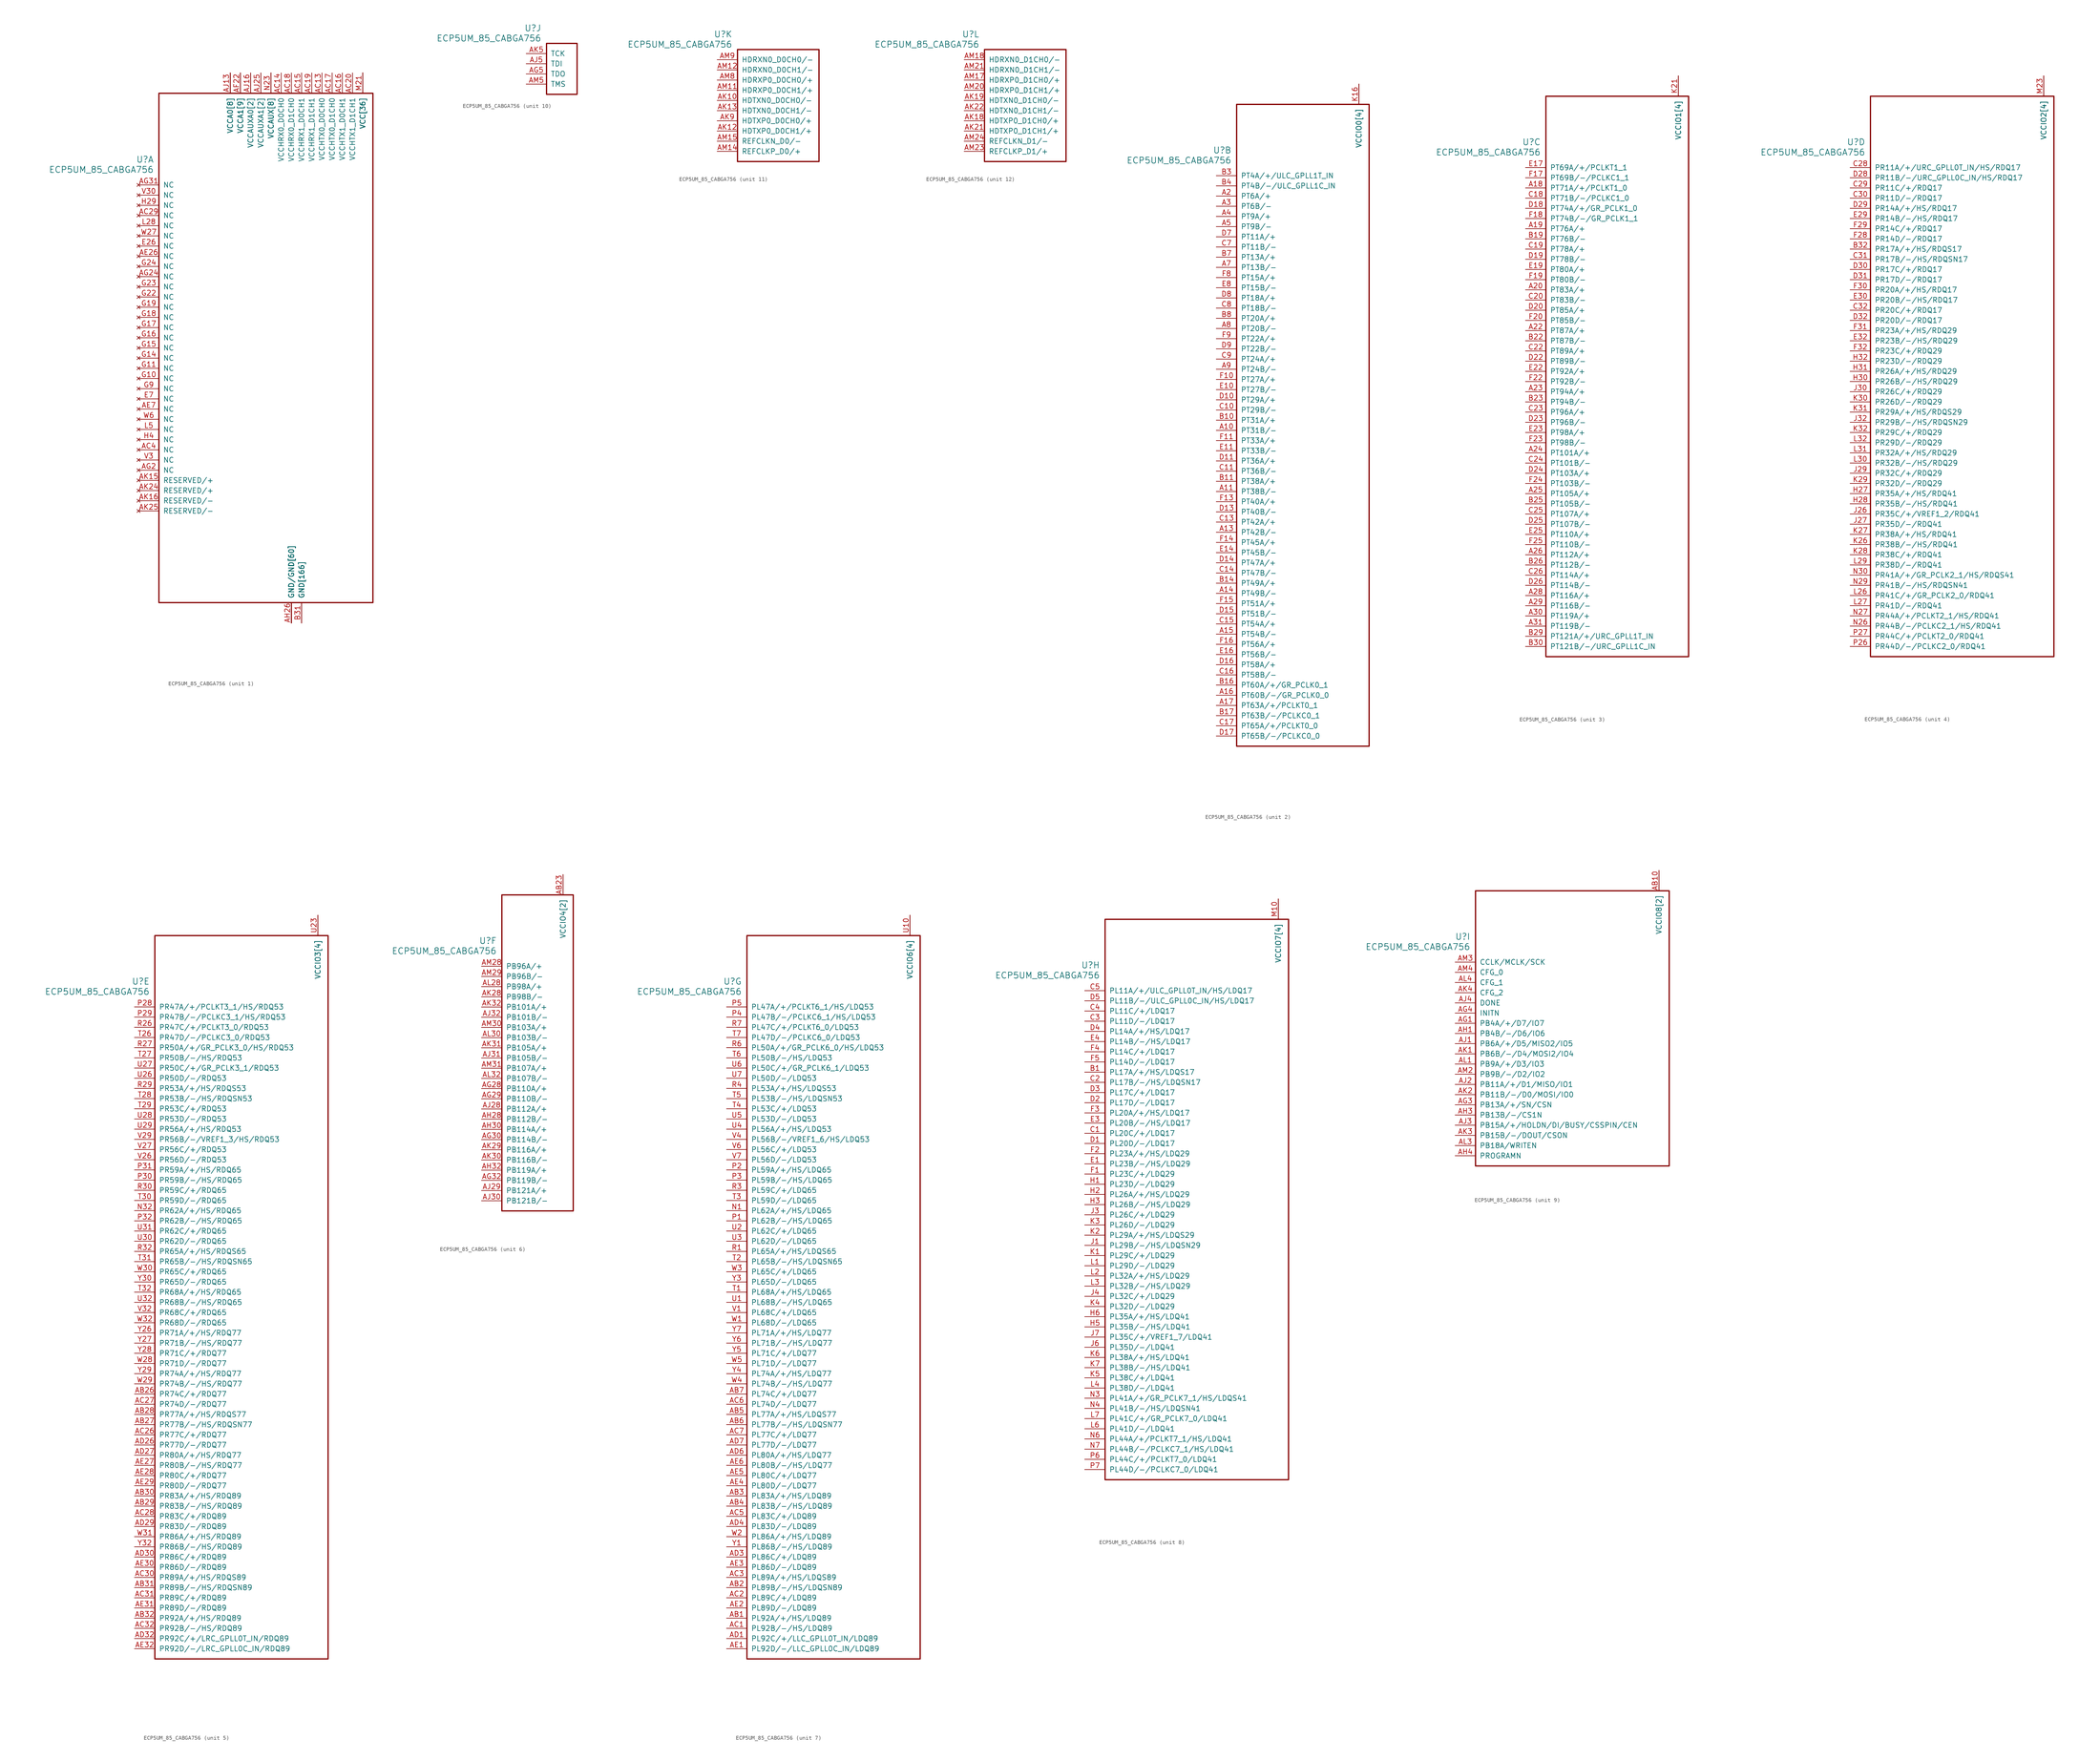
<source format=kicad_sym>
(kicad_symbol_lib
  (version 20211014)
  (generator kicad_symbol_editor)
  (symbol "ECP5UM_85_CABGA756"
    (pin_names
      (offset 1.016))
    (property "Reference" "U"
      (at 3.81 6.35 0)
      (effects (font (size 1.524 1.524)) (justify right)))
    (property "Value" "ECP5UM_85_CABGA756"
      (at 3.81 3.81 0)
      (effects (font (size 1.524 1.524)) (justify right)))
    (property "ki_locked" ""
      (at 0 0 0)
      (effects (font (size 1.27 1.27))))
    (symbol "ECP5UM_85_CABGA756_1_1"
      (rectangle (start 5.08 22.86) (end 58.42 -104.14) (stroke (width 0.305) (type default) (color 0 0 0 0)) (fill (type none)))
      (pin power_in line (at 40.64 -109.22 90) (length 5.08) (name "GND[166]" (effects (font (size 1.27 1.27)))) (number "AA11" (effects (font (size 0 0)))))
      (pin power_in line (at 55.88 27.94 270) (length 5.08) (name "VCC[36]" (effects (font (size 1.27 1.27)))) (number "AA12" (effects (font (size 0 0)))))
      (pin power_in line (at 55.88 27.94 270) (length 5.08) (name "VCC[36]" (effects (font (size 1.27 1.27)))) (number "AA13" (effects (font (size 0 0)))))
      (pin power_in line (at 55.88 27.94 270) (length 5.08) (name "VCC[36]" (effects (font (size 1.27 1.27)))) (number "AA14" (effects (font (size 0 0)))))
      (pin power_in line (at 55.88 27.94 270) (length 5.08) (name "VCC[36]" (effects (font (size 1.27 1.27)))) (number "AA15" (effects (font (size 0 0)))))
      (pin power_in line (at 55.88 27.94 270) (length 5.08) (name "VCC[36]" (effects (font (size 1.27 1.27)))) (number "AA16" (effects (font (size 0 0)))))
      (pin power_in line (at 55.88 27.94 270) (length 5.08) (name "VCC[36]" (effects (font (size 1.27 1.27)))) (number "AA17" (effects (font (size 0 0)))))
      (pin power_in line (at 55.88 27.94 270) (length 5.08) (name "VCC[36]" (effects (font (size 1.27 1.27)))) (number "AA18" (effects (font (size 0 0)))))
      (pin power_in line (at 55.88 27.94 270) (length 5.08) (name "VCC[36]" (effects (font (size 1.27 1.27)))) (number "AA19" (effects (font (size 0 0)))))
      (pin power_in line (at 55.88 27.94 270) (length 5.08) (name "VCC[36]" (effects (font (size 1.27 1.27)))) (number "AA20" (effects (font (size 0 0)))))
      (pin power_in line (at 55.88 27.94 270) (length 5.08) (name "VCC[36]" (effects (font (size 1.27 1.27)))) (number "AA21" (effects (font (size 0 0)))))
      (pin power_in line (at 40.64 -109.22 90) (length 5.08) (name "GND[166]" (effects (font (size 1.27 1.27)))) (number "AA22" (effects (font (size 0 0)))))
      (pin power_in line (at 40.64 -109.22 90) (length 5.08) (name "GND[166]" (effects (font (size 1.27 1.27)))) (number "AB11" (effects (font (size 0 0)))))
      (pin power_in line (at 40.64 -109.22 90) (length 5.08) (name "GND[166]" (effects (font (size 1.27 1.27)))) (number "AB12" (effects (font (size 0 0)))))
      (pin power_in line (at 40.64 -109.22 90) (length 5.08) (name "GND[166]" (effects (font (size 1.27 1.27)))) (number "AB13" (effects (font (size 0 0)))))
      (pin power_in line (at 40.64 -109.22 90) (length 5.08) (name "GND[166]" (effects (font (size 1.27 1.27)))) (number "AB14" (effects (font (size 0 0)))))
      (pin power_in line (at 40.64 -109.22 90) (length 5.08) (name "GND[166]" (effects (font (size 1.27 1.27)))) (number "AB15" (effects (font (size 0 0)))))
      (pin power_in line (at 40.64 -109.22 90) (length 5.08) (name "GND[166]" (effects (font (size 1.27 1.27)))) (number "AB16" (effects (font (size 0 0)))))
      (pin power_in line (at 40.64 -109.22 90) (length 5.08) (name "GND[166]" (effects (font (size 1.27 1.27)))) (number "AB17" (effects (font (size 0 0)))))
      (pin power_in line (at 40.64 -109.22 90) (length 5.08) (name "GND[166]" (effects (font (size 1.27 1.27)))) (number "AB18" (effects (font (size 0 0)))))
      (pin power_in line (at 40.64 -109.22 90) (length 5.08) (name "GND[166]" (effects (font (size 1.27 1.27)))) (number "AB19" (effects (font (size 0 0)))))
      (pin power_in line (at 40.64 -109.22 90) (length 5.08) (name "GND[166]" (effects (font (size 1.27 1.27)))) (number "AB20" (effects (font (size 0 0)))))
      (pin power_in line (at 40.64 -109.22 90) (length 5.08) (name "GND[166]" (effects (font (size 1.27 1.27)))) (number "AB21" (effects (font (size 0 0)))))
      (pin power_in line (at 40.64 -109.22 90) (length 5.08) (name "GND[166]" (effects (font (size 1.27 1.27)))) (number "AB22" (effects (font (size 0 0)))))
      (pin power_in line (at 33.02 27.94 270) (length 5.08) (name "VCCAUX[8]" (effects (font (size 1.27 1.27)))) (number "AC11" (effects (font (size 0 0)))))
      (pin power_in line (at 40.64 -109.22 90) (length 5.08) (name "GND[166]" (effects (font (size 1.27 1.27)))) (number "AC12" (effects (font (size 0 0)))))
      (pin power_in line (at 45.72 27.94 270) (length 5.08) (name "VCCHTX0_D0CH0" (effects (font (size 1.27 1.27)))) (number "AC13" (effects (font (size 1.27 1.27)))))
      (pin power_in line (at 35.56 27.94 270) (length 5.08) (name "VCCHRX0_D0CH0" (effects (font (size 1.27 1.27)))) (number "AC14" (effects (font (size 1.27 1.27)))))
      (pin power_in line (at 40.64 27.94 270) (length 5.08) (name "VCCHRX1_D0CH1" (effects (font (size 1.27 1.27)))) (number "AC15" (effects (font (size 1.27 1.27)))))
      (pin power_in line (at 50.8 27.94 270) (length 5.08) (name "VCCHTX1_D0CH1" (effects (font (size 1.27 1.27)))) (number "AC16" (effects (font (size 1.27 1.27)))))
      (pin power_in line (at 48.26 27.94 270) (length 5.08) (name "VCCHTX0_D1CH0" (effects (font (size 1.27 1.27)))) (number "AC17" (effects (font (size 1.27 1.27)))))
      (pin power_in line (at 38.1 27.94 270) (length 5.08) (name "VCCHRX0_D1CH0" (effects (font (size 1.27 1.27)))) (number "AC18" (effects (font (size 1.27 1.27)))))
      (pin power_in line (at 43.18 27.94 270) (length 5.08) (name "VCCHRX1_D1CH1" (effects (font (size 1.27 1.27)))) (number "AC19" (effects (font (size 1.27 1.27)))))
      (pin power_in line (at 53.34 27.94 270) (length 5.08) (name "VCCHTX1_D1CH1" (effects (font (size 1.27 1.27)))) (number "AC20" (effects (font (size 1.27 1.27)))))
      (pin power_in line (at 40.64 -109.22 90) (length 5.08) (name "GND[166]" (effects (font (size 1.27 1.27)))) (number "AC21" (effects (font (size 0 0)))))
      (pin power_in line (at 33.02 27.94 270) (length 5.08) (name "VCCAUX[8]" (effects (font (size 1.27 1.27)))) (number "AC22" (effects (font (size 0 0)))))
      (pin no_connect line (at 0 -7.62 0) (length 5.08) (name "NC" (effects (font (size 1.27 1.27)))) (number "AC29" (effects (font (size 1.27 1.27)))))
      (pin no_connect line (at 0 -66.04 0) (length 5.08) (name "NC" (effects (font (size 1.27 1.27)))) (number "AC4" (effects (font (size 1.27 1.27)))))
      (pin power_in line (at 40.64 -109.22 90) (length 5.08) (name "GND[166]" (effects (font (size 1.27 1.27)))) (number "AD2" (effects (font (size 0 0)))))
      (pin power_in line (at 40.64 -109.22 90) (length 5.08) (name "GND[166]" (effects (font (size 1.27 1.27)))) (number "AD28" (effects (font (size 0 0)))))
      (pin power_in line (at 40.64 -109.22 90) (length 5.08) (name "GND[166]" (effects (font (size 1.27 1.27)))) (number "AD31" (effects (font (size 0 0)))))
      (pin power_in line (at 40.64 -109.22 90) (length 5.08) (name "GND[166]" (effects (font (size 1.27 1.27)))) (number "AD5" (effects (font (size 0 0)))))
      (pin no_connect line (at 0 -17.78 0) (length 5.08) (name "NC" (effects (font (size 1.27 1.27)))) (number "AE26" (effects (font (size 1.27 1.27)))))
      (pin no_connect line (at 0 -55.88 0) (length 5.08) (name "NC" (effects (font (size 1.27 1.27)))) (number "AE7" (effects (font (size 1.27 1.27)))))
      (pin power_in line (at 38.1 -109.22 90) (length 5.08) (name "GND/GND[60]" (effects (font (size 1.27 1.27)))) (number "AF11" (effects (font (size 0 0)))))
      (pin power_in line (at 38.1 -109.22 90) (length 5.08) (name "GND/GND[60]" (effects (font (size 1.27 1.27)))) (number "AF12" (effects (font (size 0 0)))))
      (pin power_in line (at 38.1 -109.22 90) (length 5.08) (name "GND/GND[60]" (effects (font (size 1.27 1.27)))) (number "AF14" (effects (font (size 0 0)))))
      (pin power_in line (at 38.1 -109.22 90) (length 5.08) (name "GND/GND[60]" (effects (font (size 1.27 1.27)))) (number "AF15" (effects (font (size 0 0)))))
      (pin power_in line (at 38.1 -109.22 90) (length 5.08) (name "GND/GND[60]" (effects (font (size 1.27 1.27)))) (number "AF16" (effects (font (size 0 0)))))
      (pin power_in line (at 38.1 -109.22 90) (length 5.08) (name "GND/GND[60]" (effects (font (size 1.27 1.27)))) (number "AF17" (effects (font (size 0 0)))))
      (pin power_in line (at 38.1 -109.22 90) (length 5.08) (name "GND/GND[60]" (effects (font (size 1.27 1.27)))) (number "AF19" (effects (font (size 0 0)))))
      (pin power_in line (at 38.1 -109.22 90) (length 5.08) (name "GND/GND[60]" (effects (font (size 1.27 1.27)))) (number "AF20" (effects (font (size 0 0)))))
      (pin power_in line (at 25.4 27.94 270) (length 5.08) (name "VCCA1[9]" (effects (font (size 1.27 1.27)))) (number "AF22" (effects (font (size 1.27 1.27)))))
      (pin power_in line (at 38.1 -109.22 90) (length 5.08) (name "GND/GND[60]" (effects (font (size 1.27 1.27)))) (number "AF23" (effects (font (size 0 0)))))
      (pin power_in line (at 38.1 -109.22 90) (length 5.08) (name "GND/GND[60]" (effects (font (size 1.27 1.27)))) (number "AG11" (effects (font (size 0 0)))))
      (pin power_in line (at 22.86 27.94 270) (length 5.08) (name "VCCA0[8]" (effects (font (size 1.27 1.27)))) (number "AG12" (effects (font (size 0 0)))))
      (pin power_in line (at 38.1 -109.22 90) (length 5.08) (name "GND/GND[60]" (effects (font (size 1.27 1.27)))) (number "AG14" (effects (font (size 0 0)))))
      (pin power_in line (at 38.1 -109.22 90) (length 5.08) (name "GND/GND[60]" (effects (font (size 1.27 1.27)))) (number "AG15" (effects (font (size 0 0)))))
      (pin power_in line (at 38.1 -109.22 90) (length 5.08) (name "GND/GND[60]" (effects (font (size 1.27 1.27)))) (number "AG16" (effects (font (size 0 0)))))
      (pin power_in line (at 38.1 -109.22 90) (length 5.08) (name "GND/GND[60]" (effects (font (size 1.27 1.27)))) (number "AG17" (effects (font (size 0 0)))))
      (pin power_in line (at 25.4 27.94 270) (length 5.08) (name "VCCA1[9]" (effects (font (size 1.27 1.27)))) (number "AG19" (effects (font (size 0 0)))))
      (pin no_connect line (at 0 -71.12 0) (length 5.08) (name "NC" (effects (font (size 1.27 1.27)))) (number "AG2" (effects (font (size 1.27 1.27)))))
      (pin power_in line (at 38.1 -109.22 90) (length 5.08) (name "GND/GND[60]" (effects (font (size 1.27 1.27)))) (number "AG20" (effects (font (size 0 0)))))
      (pin power_in line (at 25.4 27.94 270) (length 5.08) (name "VCCA1[9]" (effects (font (size 1.27 1.27)))) (number "AG22" (effects (font (size 0 0)))))
      (pin power_in line (at 38.1 -109.22 90) (length 5.08) (name "GND/GND[60]" (effects (font (size 1.27 1.27)))) (number "AG23" (effects (font (size 0 0)))))
      (pin no_connect line (at 0 -22.86 0) (length 5.08) (name "NC" (effects (font (size 1.27 1.27)))) (number "AG24" (effects (font (size 1.27 1.27)))))
      (pin no_connect line (at 0 0 0) (length 5.08) (name "NC" (effects (font (size 1.27 1.27)))) (number "AG31" (effects (font (size 1.27 1.27)))))
      (pin power_in line (at 22.86 27.94 270) (length 5.08) (name "VCCA0[8]" (effects (font (size 1.27 1.27)))) (number "AG9" (effects (font (size 0 0)))))
      (pin power_in line (at 38.1 -109.22 90) (length 5.08) (name "GND/GND[60]" (effects (font (size 1.27 1.27)))) (number "AH11" (effects (font (size 0 0)))))
      (pin power_in line (at 22.86 27.94 270) (length 5.08) (name "VCCA0[8]" (effects (font (size 1.27 1.27)))) (number "AH12" (effects (font (size 0 0)))))
      (pin power_in line (at 38.1 -109.22 90) (length 5.08) (name "GND/GND[60]" (effects (font (size 1.27 1.27)))) (number "AH14" (effects (font (size 0 0)))))
      (pin power_in line (at 38.1 -109.22 90) (length 5.08) (name "GND/GND[60]" (effects (font (size 1.27 1.27)))) (number "AH15" (effects (font (size 0 0)))))
      (pin power_in line (at 38.1 -109.22 90) (length 5.08) (name "GND/GND[60]" (effects (font (size 1.27 1.27)))) (number "AH16" (effects (font (size 0 0)))))
      (pin power_in line (at 38.1 -109.22 90) (length 5.08) (name "GND/GND[60]" (effects (font (size 1.27 1.27)))) (number "AH17" (effects (font (size 0 0)))))
      (pin power_in line (at 25.4 27.94 270) (length 5.08) (name "VCCA1[9]" (effects (font (size 1.27 1.27)))) (number "AH19" (effects (font (size 0 0)))))
      (pin power_in line (at 40.64 -109.22 90) (length 5.08) (name "GND[166]" (effects (font (size 1.27 1.27)))) (number "AH2" (effects (font (size 0 0)))))
      (pin power_in line (at 38.1 -109.22 90) (length 5.08) (name "GND/GND[60]" (effects (font (size 1.27 1.27)))) (number "AH20" (effects (font (size 0 0)))))
      (pin power_in line (at 25.4 27.94 270) (length 5.08) (name "VCCA1[9]" (effects (font (size 1.27 1.27)))) (number "AH22" (effects (font (size 0 0)))))
      (pin power_in line (at 38.1 -109.22 90) (length 5.08) (name "GND/GND[60]" (effects (font (size 1.27 1.27)))) (number "AH23" (effects (font (size 0 0)))))
      (pin power_in line (at 38.1 -109.22 90) (length 5.08) (name "GND/GND[60]" (effects (font (size 1.27 1.27)))) (number "AH24" (effects (font (size 0 0)))))
      (pin power_in line (at 38.1 -109.22 90) (length 5.08) (name "GND/GND[60]" (effects (font (size 1.27 1.27)))) (number "AH25" (effects (font (size 0 0)))))
      (pin power_in line (at 38.1 -109.22 90) (length 5.08) (name "GND/GND[60]" (effects (font (size 1.27 1.27)))) (number "AH26" (effects (font (size 1.27 1.27)))))
      (pin power_in line (at 40.64 -109.22 90) (length 5.08) (name "GND[166]" (effects (font (size 1.27 1.27)))) (number "AH29" (effects (font (size 0 0)))))
      (pin power_in line (at 40.64 -109.22 90) (length 5.08) (name "GND[166]" (effects (font (size 1.27 1.27)))) (number "AH31" (effects (font (size 0 0)))))
      (pin power_in line (at 40.64 -109.22 90) (length 5.08) (name "GND[166]" (effects (font (size 1.27 1.27)))) (number "AH5" (effects (font (size 0 0)))))
      (pin power_in line (at 38.1 -109.22 90) (length 5.08) (name "GND/GND[60]" (effects (font (size 1.27 1.27)))) (number "AH7" (effects (font (size 0 0)))))
      (pin power_in line (at 38.1 -109.22 90) (length 5.08) (name "GND/GND[60]" (effects (font (size 1.27 1.27)))) (number "AH8" (effects (font (size 0 0)))))
      (pin power_in line (at 22.86 27.94 270) (length 5.08) (name "VCCA0[8]" (effects (font (size 1.27 1.27)))) (number "AH9" (effects (font (size 0 0)))))
      (pin power_in line (at 22.86 27.94 270) (length 5.08) (name "VCCA0[8]" (effects (font (size 1.27 1.27)))) (number "AJ10" (effects (font (size 0 0)))))
      (pin power_in line (at 38.1 -109.22 90) (length 5.08) (name "GND/GND[60]" (effects (font (size 1.27 1.27)))) (number "AJ11" (effects (font (size 0 0)))))
      (pin power_in line (at 22.86 27.94 270) (length 5.08) (name "VCCA0[8]" (effects (font (size 1.27 1.27)))) (number "AJ12" (effects (font (size 0 0)))))
      (pin power_in line (at 22.86 27.94 270) (length 5.08) (name "VCCA0[8]" (effects (font (size 1.27 1.27)))) (number "AJ13" (effects (font (size 1.27 1.27)))))
      (pin power_in line (at 38.1 -109.22 90) (length 5.08) (name "GND/GND[60]" (effects (font (size 1.27 1.27)))) (number "AJ14" (effects (font (size 0 0)))))
      (pin power_in line (at 27.94 27.94 270) (length 5.08) (name "VCCAUXA0[2]" (effects (font (size 1.27 1.27)))) (number "AJ15" (effects (font (size 0 0)))))
      (pin power_in line (at 27.94 27.94 270) (length 5.08) (name "VCCAUXA0[2]" (effects (font (size 1.27 1.27)))) (number "AJ16" (effects (font (size 1.27 1.27)))))
      (pin power_in line (at 38.1 -109.22 90) (length 5.08) (name "GND/GND[60]" (effects (font (size 1.27 1.27)))) (number "AJ17" (effects (font (size 0 0)))))
      (pin power_in line (at 25.4 27.94 270) (length 5.08) (name "VCCA1[9]" (effects (font (size 1.27 1.27)))) (number "AJ18" (effects (font (size 0 0)))))
      (pin power_in line (at 25.4 27.94 270) (length 5.08) (name "VCCA1[9]" (effects (font (size 1.27 1.27)))) (number "AJ19" (effects (font (size 0 0)))))
      (pin power_in line (at 38.1 -109.22 90) (length 5.08) (name "GND/GND[60]" (effects (font (size 1.27 1.27)))) (number "AJ20" (effects (font (size 0 0)))))
      (pin power_in line (at 25.4 27.94 270) (length 5.08) (name "VCCA1[9]" (effects (font (size 1.27 1.27)))) (number "AJ21" (effects (font (size 0 0)))))
      (pin power_in line (at 25.4 27.94 270) (length 5.08) (name "VCCA1[9]" (effects (font (size 1.27 1.27)))) (number "AJ22" (effects (font (size 0 0)))))
      (pin power_in line (at 38.1 -109.22 90) (length 5.08) (name "GND/GND[60]" (effects (font (size 1.27 1.27)))) (number "AJ23" (effects (font (size 0 0)))))
      (pin power_in line (at 30.48 27.94 270) (length 5.08) (name "VCCAUXA1[2]" (effects (font (size 1.27 1.27)))) (number "AJ24" (effects (font (size 0 0)))))
      (pin power_in line (at 30.48 27.94 270) (length 5.08) (name "VCCAUXA1[2]" (effects (font (size 1.27 1.27)))) (number "AJ25" (effects (font (size 1.27 1.27)))))
      (pin power_in line (at 38.1 -109.22 90) (length 5.08) (name "GND/GND[60]" (effects (font (size 1.27 1.27)))) (number "AJ26" (effects (font (size 0 0)))))
      (pin power_in line (at 38.1 -109.22 90) (length 5.08) (name "GND/GND[60]" (effects (font (size 1.27 1.27)))) (number "AJ7" (effects (font (size 0 0)))))
      (pin power_in line (at 38.1 -109.22 90) (length 5.08) (name "GND/GND[60]" (effects (font (size 1.27 1.27)))) (number "AJ8" (effects (font (size 0 0)))))
      (pin power_in line (at 22.86 27.94 270) (length 5.08) (name "VCCA0[8]" (effects (font (size 1.27 1.27)))) (number "AJ9" (effects (font (size 0 0)))))
      (pin power_in line (at 38.1 -109.22 90) (length 5.08) (name "GND/GND[60]" (effects (font (size 1.27 1.27)))) (number "AK11" (effects (font (size 0 0)))))
      (pin power_in line (at 38.1 -109.22 90) (length 5.08) (name "GND/GND[60]" (effects (font (size 1.27 1.27)))) (number "AK14" (effects (font (size 0 0)))))
      (pin no_connect line (at 0 -73.66 0) (length 5.08) (name "RESERVED/+" (effects (font (size 1.27 1.27)))) (number "AK15" (effects (font (size 1.27 1.27)))))
      (pin no_connect line (at 0 -78.74 0) (length 5.08) (name "RESERVED/-" (effects (font (size 1.27 1.27)))) (number "AK16" (effects (font (size 1.27 1.27)))))
      (pin power_in line (at 38.1 -109.22 90) (length 5.08) (name "GND/GND[60]" (effects (font (size 1.27 1.27)))) (number "AK17" (effects (font (size 0 0)))))
      (pin power_in line (at 38.1 -109.22 90) (length 5.08) (name "GND/GND[60]" (effects (font (size 1.27 1.27)))) (number "AK20" (effects (font (size 0 0)))))
      (pin power_in line (at 38.1 -109.22 90) (length 5.08) (name "GND/GND[60]" (effects (font (size 1.27 1.27)))) (number "AK23" (effects (font (size 0 0)))))
      (pin no_connect line (at 0 -76.2 0) (length 5.08) (name "RESERVED/+" (effects (font (size 1.27 1.27)))) (number "AK24" (effects (font (size 1.27 1.27)))))
      (pin no_connect line (at 0 -81.28 0) (length 5.08) (name "RESERVED/-" (effects (font (size 1.27 1.27)))) (number "AK25" (effects (font (size 1.27 1.27)))))
      (pin power_in line (at 38.1 -109.22 90) (length 5.08) (name "GND/GND[60]" (effects (font (size 1.27 1.27)))) (number "AK26" (effects (font (size 0 0)))))
      (pin power_in line (at 38.1 -109.22 90) (length 5.08) (name "GND/GND[60]" (effects (font (size 1.27 1.27)))) (number "AK7" (effects (font (size 0 0)))))
      (pin power_in line (at 38.1 -109.22 90) (length 5.08) (name "GND/GND[60]" (effects (font (size 1.27 1.27)))) (number "AK8" (effects (font (size 0 0)))))
      (pin power_in line (at 38.1 -109.22 90) (length 5.08) (name "GND/GND[60]" (effects (font (size 1.27 1.27)))) (number "AL11" (effects (font (size 0 0)))))
      (pin power_in line (at 38.1 -109.22 90) (length 5.08) (name "GND/GND[60]" (effects (font (size 1.27 1.27)))) (number "AL12" (effects (font (size 0 0)))))
      (pin power_in line (at 38.1 -109.22 90) (length 5.08) (name "GND/GND[60]" (effects (font (size 1.27 1.27)))) (number "AL14" (effects (font (size 0 0)))))
      (pin power_in line (at 38.1 -109.22 90) (length 5.08) (name "GND/GND[60]" (effects (font (size 1.27 1.27)))) (number "AL15" (effects (font (size 0 0)))))
      (pin power_in line (at 38.1 -109.22 90) (length 5.08) (name "GND/GND[60]" (effects (font (size 1.27 1.27)))) (number "AL17" (effects (font (size 0 0)))))
      (pin power_in line (at 38.1 -109.22 90) (length 5.08) (name "GND/GND[60]" (effects (font (size 1.27 1.27)))) (number "AL18" (effects (font (size 0 0)))))
      (pin power_in line (at 40.64 -109.22 90) (length 5.08) (name "GND[166]" (effects (font (size 1.27 1.27)))) (number "AL2" (effects (font (size 0 0)))))
      (pin power_in line (at 38.1 -109.22 90) (length 5.08) (name "GND/GND[60]" (effects (font (size 1.27 1.27)))) (number "AL20" (effects (font (size 0 0)))))
      (pin power_in line (at 38.1 -109.22 90) (length 5.08) (name "GND/GND[60]" (effects (font (size 1.27 1.27)))) (number "AL21" (effects (font (size 0 0)))))
      (pin power_in line (at 38.1 -109.22 90) (length 5.08) (name "GND/GND[60]" (effects (font (size 1.27 1.27)))) (number "AL23" (effects (font (size 0 0)))))
      (pin power_in line (at 38.1 -109.22 90) (length 5.08) (name "GND/GND[60]" (effects (font (size 1.27 1.27)))) (number "AL24" (effects (font (size 0 0)))))
      (pin power_in line (at 38.1 -109.22 90) (length 5.08) (name "GND/GND[60]" (effects (font (size 1.27 1.27)))) (number "AL26" (effects (font (size 0 0)))))
      (pin power_in line (at 40.64 -109.22 90) (length 5.08) (name "GND[166]" (effects (font (size 1.27 1.27)))) (number "AL29" (effects (font (size 0 0)))))
      (pin power_in line (at 40.64 -109.22 90) (length 5.08) (name "GND[166]" (effects (font (size 1.27 1.27)))) (number "AL31" (effects (font (size 0 0)))))
      (pin power_in line (at 40.64 -109.22 90) (length 5.08) (name "GND[166]" (effects (font (size 1.27 1.27)))) (number "AL5" (effects (font (size 0 0)))))
      (pin power_in line (at 38.1 -109.22 90) (length 5.08) (name "GND/GND[60]" (effects (font (size 1.27 1.27)))) (number "AL7" (effects (font (size 0 0)))))
      (pin power_in line (at 38.1 -109.22 90) (length 5.08) (name "GND/GND[60]" (effects (font (size 1.27 1.27)))) (number "AL8" (effects (font (size 0 0)))))
      (pin power_in line (at 38.1 -109.22 90) (length 5.08) (name "GND/GND[60]" (effects (font (size 1.27 1.27)))) (number "AL9" (effects (font (size 0 0)))))
      (pin power_in line (at 38.1 -109.22 90) (length 5.08) (name "GND/GND[60]" (effects (font (size 1.27 1.27)))) (number "AM26" (effects (font (size 0 0)))))
      (pin power_in line (at 38.1 -109.22 90) (length 5.08) (name "GND/GND[60]" (effects (font (size 1.27 1.27)))) (number "AM7" (effects (font (size 0 0)))))
      (pin power_in line (at 40.64 -109.22 90) (length 5.08) (name "GND[166]" (effects (font (size 1.27 1.27)))) (number "B13" (effects (font (size 0 0)))))
      (pin power_in line (at 40.64 -109.22 90) (length 5.08) (name "GND[166]" (effects (font (size 1.27 1.27)))) (number "B15" (effects (font (size 0 0)))))
      (pin power_in line (at 40.64 -109.22 90) (length 5.08) (name "GND[166]" (effects (font (size 1.27 1.27)))) (number "B18" (effects (font (size 0 0)))))
      (pin power_in line (at 40.64 -109.22 90) (length 5.08) (name "GND[166]" (effects (font (size 1.27 1.27)))) (number "B2" (effects (font (size 0 0)))))
      (pin power_in line (at 40.64 -109.22 90) (length 5.08) (name "GND[166]" (effects (font (size 1.27 1.27)))) (number "B20" (effects (font (size 0 0)))))
      (pin power_in line (at 40.64 -109.22 90) (length 5.08) (name "GND[166]" (effects (font (size 1.27 1.27)))) (number "B24" (effects (font (size 0 0)))))
      (pin power_in line (at 40.64 -109.22 90) (length 5.08) (name "GND[166]" (effects (font (size 1.27 1.27)))) (number "B28" (effects (font (size 0 0)))))
      (pin power_in line (at 40.64 -109.22 90) (length 5.08) (name "GND[166]" (effects (font (size 1.27 1.27)))) (number "B31" (effects (font (size 1.27 1.27)))))
      (pin power_in line (at 40.64 -109.22 90) (length 5.08) (name "GND[166]" (effects (font (size 1.27 1.27)))) (number "B5" (effects (font (size 0 0)))))
      (pin power_in line (at 40.64 -109.22 90) (length 5.08) (name "GND[166]" (effects (font (size 1.27 1.27)))) (number "B9" (effects (font (size 0 0)))))
      (pin power_in line (at 40.64 -109.22 90) (length 5.08) (name "GND[166]" (effects (font (size 1.27 1.27)))) (number "E13" (effects (font (size 0 0)))))
      (pin power_in line (at 40.64 -109.22 90) (length 5.08) (name "GND[166]" (effects (font (size 1.27 1.27)))) (number "E15" (effects (font (size 0 0)))))
      (pin power_in line (at 40.64 -109.22 90) (length 5.08) (name "GND[166]" (effects (font (size 1.27 1.27)))) (number "E18" (effects (font (size 0 0)))))
      (pin power_in line (at 40.64 -109.22 90) (length 5.08) (name "GND[166]" (effects (font (size 1.27 1.27)))) (number "E2" (effects (font (size 0 0)))))
      (pin power_in line (at 40.64 -109.22 90) (length 5.08) (name "GND[166]" (effects (font (size 1.27 1.27)))) (number "E20" (effects (font (size 0 0)))))
      (pin power_in line (at 40.64 -109.22 90) (length 5.08) (name "GND[166]" (effects (font (size 1.27 1.27)))) (number "E24" (effects (font (size 0 0)))))
      (pin no_connect line (at 0 -15.24 0) (length 5.08) (name "NC" (effects (font (size 1.27 1.27)))) (number "E26" (effects (font (size 1.27 1.27)))))
      (pin power_in line (at 40.64 -109.22 90) (length 5.08) (name "GND[166]" (effects (font (size 1.27 1.27)))) (number "E28" (effects (font (size 0 0)))))
      (pin power_in line (at 40.64 -109.22 90) (length 5.08) (name "GND[166]" (effects (font (size 1.27 1.27)))) (number "E31" (effects (font (size 0 0)))))
      (pin power_in line (at 40.64 -109.22 90) (length 5.08) (name "GND[166]" (effects (font (size 1.27 1.27)))) (number "E5" (effects (font (size 0 0)))))
      (pin no_connect line (at 0 -53.34 0) (length 5.08) (name "NC" (effects (font (size 1.27 1.27)))) (number "E7" (effects (font (size 1.27 1.27)))))
      (pin power_in line (at 40.64 -109.22 90) (length 5.08) (name "GND[166]" (effects (font (size 1.27 1.27)))) (number "E9" (effects (font (size 0 0)))))
      (pin no_connect line (at 0 -48.26 0) (length 5.08) (name "NC" (effects (font (size 1.27 1.27)))) (number "G10" (effects (font (size 1.27 1.27)))))
      (pin no_connect line (at 0 -45.72 0) (length 5.08) (name "NC" (effects (font (size 1.27 1.27)))) (number "G11" (effects (font (size 1.27 1.27)))))
      (pin no_connect line (at 0 -43.18 0) (length 5.08) (name "NC" (effects (font (size 1.27 1.27)))) (number "G14" (effects (font (size 1.27 1.27)))))
      (pin no_connect line (at 0 -40.64 0) (length 5.08) (name "NC" (effects (font (size 1.27 1.27)))) (number "G15" (effects (font (size 1.27 1.27)))))
      (pin no_connect line (at 0 -38.1 0) (length 5.08) (name "NC" (effects (font (size 1.27 1.27)))) (number "G16" (effects (font (size 1.27 1.27)))))
      (pin no_connect line (at 0 -35.56 0) (length 5.08) (name "NC" (effects (font (size 1.27 1.27)))) (number "G17" (effects (font (size 1.27 1.27)))))
      (pin no_connect line (at 0 -33.02 0) (length 5.08) (name "NC" (effects (font (size 1.27 1.27)))) (number "G18" (effects (font (size 1.27 1.27)))))
      (pin no_connect line (at 0 -30.48 0) (length 5.08) (name "NC" (effects (font (size 1.27 1.27)))) (number "G19" (effects (font (size 1.27 1.27)))))
      (pin no_connect line (at 0 -27.94 0) (length 5.08) (name "NC" (effects (font (size 1.27 1.27)))) (number "G22" (effects (font (size 1.27 1.27)))))
      (pin no_connect line (at 0 -25.4 0) (length 5.08) (name "NC" (effects (font (size 1.27 1.27)))) (number "G23" (effects (font (size 1.27 1.27)))))
      (pin no_connect line (at 0 -20.32 0) (length 5.08) (name "NC" (effects (font (size 1.27 1.27)))) (number "G24" (effects (font (size 1.27 1.27)))))
      (pin no_connect line (at 0 -50.8 0) (length 5.08) (name "NC" (effects (font (size 1.27 1.27)))) (number "G9" (effects (font (size 1.27 1.27)))))
      (pin no_connect line (at 0 -5.08 0) (length 5.08) (name "NC" (effects (font (size 1.27 1.27)))) (number "H29" (effects (font (size 1.27 1.27)))))
      (pin no_connect line (at 0 -63.5 0) (length 5.08) (name "NC" (effects (font (size 1.27 1.27)))) (number "H4" (effects (font (size 1.27 1.27)))))
      (pin power_in line (at 40.64 -109.22 90) (length 5.08) (name "GND[166]" (effects (font (size 1.27 1.27)))) (number "J2" (effects (font (size 0 0)))))
      (pin power_in line (at 40.64 -109.22 90) (length 5.08) (name "GND[166]" (effects (font (size 1.27 1.27)))) (number "J28" (effects (font (size 0 0)))))
      (pin power_in line (at 40.64 -109.22 90) (length 5.08) (name "GND[166]" (effects (font (size 1.27 1.27)))) (number "J31" (effects (font (size 0 0)))))
      (pin power_in line (at 40.64 -109.22 90) (length 5.08) (name "GND[166]" (effects (font (size 1.27 1.27)))) (number "J5" (effects (font (size 0 0)))))
      (pin power_in line (at 40.64 -109.22 90) (length 5.08) (name "GND[166]" (effects (font (size 1.27 1.27)))) (number "K10" (effects (font (size 0 0)))))
      (pin power_in line (at 40.64 -109.22 90) (length 5.08) (name "GND[166]" (effects (font (size 1.27 1.27)))) (number "K11" (effects (font (size 0 0)))))
      (pin power_in line (at 33.02 27.94 270) (length 5.08) (name "VCCAUX[8]" (effects (font (size 1.27 1.27)))) (number "K13" (effects (font (size 0 0)))))
      (pin power_in line (at 33.02 27.94 270) (length 5.08) (name "VCCAUX[8]" (effects (font (size 1.27 1.27)))) (number "K20" (effects (font (size 0 0)))))
      (pin power_in line (at 40.64 -109.22 90) (length 5.08) (name "GND[166]" (effects (font (size 1.27 1.27)))) (number "K22" (effects (font (size 0 0)))))
      (pin power_in line (at 40.64 -109.22 90) (length 5.08) (name "GND[166]" (effects (font (size 1.27 1.27)))) (number "K23" (effects (font (size 0 0)))))
      (pin power_in line (at 40.64 -109.22 90) (length 5.08) (name "GND[166]" (effects (font (size 1.27 1.27)))) (number "L10" (effects (font (size 0 0)))))
      (pin power_in line (at 40.64 -109.22 90) (length 5.08) (name "GND[166]" (effects (font (size 1.27 1.27)))) (number "L11" (effects (font (size 0 0)))))
      (pin power_in line (at 40.64 -109.22 90) (length 5.08) (name "GND[166]" (effects (font (size 1.27 1.27)))) (number "L12" (effects (font (size 0 0)))))
      (pin power_in line (at 40.64 -109.22 90) (length 5.08) (name "GND[166]" (effects (font (size 1.27 1.27)))) (number "L13" (effects (font (size 0 0)))))
      (pin power_in line (at 40.64 -109.22 90) (length 5.08) (name "GND[166]" (effects (font (size 1.27 1.27)))) (number "L14" (effects (font (size 0 0)))))
      (pin power_in line (at 40.64 -109.22 90) (length 5.08) (name "GND[166]" (effects (font (size 1.27 1.27)))) (number "L15" (effects (font (size 0 0)))))
      (pin power_in line (at 40.64 -109.22 90) (length 5.08) (name "GND[166]" (effects (font (size 1.27 1.27)))) (number "L16" (effects (font (size 0 0)))))
      (pin power_in line (at 40.64 -109.22 90) (length 5.08) (name "GND[166]" (effects (font (size 1.27 1.27)))) (number "L17" (effects (font (size 0 0)))))
      (pin power_in line (at 40.64 -109.22 90) (length 5.08) (name "GND[166]" (effects (font (size 1.27 1.27)))) (number "L18" (effects (font (size 0 0)))))
      (pin power_in line (at 40.64 -109.22 90) (length 5.08) (name "GND[166]" (effects (font (size 1.27 1.27)))) (number "L19" (effects (font (size 0 0)))))
      (pin power_in line (at 40.64 -109.22 90) (length 5.08) (name "GND[166]" (effects (font (size 1.27 1.27)))) (number "L20" (effects (font (size 0 0)))))
      (pin power_in line (at 40.64 -109.22 90) (length 5.08) (name "GND[166]" (effects (font (size 1.27 1.27)))) (number "L21" (effects (font (size 0 0)))))
      (pin power_in line (at 40.64 -109.22 90) (length 5.08) (name "GND[166]" (effects (font (size 1.27 1.27)))) (number "L22" (effects (font (size 0 0)))))
      (pin power_in line (at 40.64 -109.22 90) (length 5.08) (name "GND[166]" (effects (font (size 1.27 1.27)))) (number "L23" (effects (font (size 0 0)))))
      (pin no_connect line (at 0 -10.16 0) (length 5.08) (name "NC" (effects (font (size 1.27 1.27)))) (number "L28" (effects (font (size 1.27 1.27)))))
      (pin no_connect line (at 0 -60.96 0) (length 5.08) (name "NC" (effects (font (size 1.27 1.27)))) (number "L5" (effects (font (size 1.27 1.27)))))
      (pin power_in line (at 40.64 -109.22 90) (length 5.08) (name "GND[166]" (effects (font (size 1.27 1.27)))) (number "M11" (effects (font (size 0 0)))))
      (pin power_in line (at 55.88 27.94 270) (length 5.08) (name "VCC[36]" (effects (font (size 1.27 1.27)))) (number "M12" (effects (font (size 0 0)))))
      (pin power_in line (at 55.88 27.94 270) (length 5.08) (name "VCC[36]" (effects (font (size 1.27 1.27)))) (number "M13" (effects (font (size 0 0)))))
      (pin power_in line (at 55.88 27.94 270) (length 5.08) (name "VCC[36]" (effects (font (size 1.27 1.27)))) (number "M14" (effects (font (size 0 0)))))
      (pin power_in line (at 55.88 27.94 270) (length 5.08) (name "VCC[36]" (effects (font (size 1.27 1.27)))) (number "M15" (effects (font (size 0 0)))))
      (pin power_in line (at 55.88 27.94 270) (length 5.08) (name "VCC[36]" (effects (font (size 1.27 1.27)))) (number "M16" (effects (font (size 0 0)))))
      (pin power_in line (at 55.88 27.94 270) (length 5.08) (name "VCC[36]" (effects (font (size 1.27 1.27)))) (number "M17" (effects (font (size 0 0)))))
      (pin power_in line (at 55.88 27.94 270) (length 5.08) (name "VCC[36]" (effects (font (size 1.27 1.27)))) (number "M18" (effects (font (size 0 0)))))
      (pin power_in line (at 55.88 27.94 270) (length 5.08) (name "VCC[36]" (effects (font (size 1.27 1.27)))) (number "M19" (effects (font (size 0 0)))))
      (pin power_in line (at 55.88 27.94 270) (length 5.08) (name "VCC[36]" (effects (font (size 1.27 1.27)))) (number "M20" (effects (font (size 0 0)))))
      (pin power_in line (at 55.88 27.94 270) (length 5.08) (name "VCC[36]" (effects (font (size 1.27 1.27)))) (number "M21" (effects (font (size 1.27 1.27)))))
      (pin power_in line (at 40.64 -109.22 90) (length 5.08) (name "GND[166]" (effects (font (size 1.27 1.27)))) (number "M22" (effects (font (size 0 0)))))
      (pin power_in line (at 33.02 27.94 270) (length 5.08) (name "VCCAUX[8]" (effects (font (size 1.27 1.27)))) (number "N10" (effects (font (size 0 0)))))
      (pin power_in line (at 40.64 -109.22 90) (length 5.08) (name "GND[166]" (effects (font (size 1.27 1.27)))) (number "N11" (effects (font (size 0 0)))))
      (pin power_in line (at 55.88 27.94 270) (length 5.08) (name "VCC[36]" (effects (font (size 1.27 1.27)))) (number "N12" (effects (font (size 0 0)))))
      (pin power_in line (at 40.64 -109.22 90) (length 5.08) (name "GND[166]" (effects (font (size 1.27 1.27)))) (number "N13" (effects (font (size 0 0)))))
      (pin power_in line (at 40.64 -109.22 90) (length 5.08) (name "GND[166]" (effects (font (size 1.27 1.27)))) (number "N14" (effects (font (size 0 0)))))
      (pin power_in line (at 40.64 -109.22 90) (length 5.08) (name "GND[166]" (effects (font (size 1.27 1.27)))) (number "N15" (effects (font (size 0 0)))))
      (pin power_in line (at 40.64 -109.22 90) (length 5.08) (name "GND[166]" (effects (font (size 1.27 1.27)))) (number "N16" (effects (font (size 0 0)))))
      (pin power_in line (at 40.64 -109.22 90) (length 5.08) (name "GND[166]" (effects (font (size 1.27 1.27)))) (number "N17" (effects (font (size 0 0)))))
      (pin power_in line (at 40.64 -109.22 90) (length 5.08) (name "GND[166]" (effects (font (size 1.27 1.27)))) (number "N18" (effects (font (size 0 0)))))
      (pin power_in line (at 40.64 -109.22 90) (length 5.08) (name "GND[166]" (effects (font (size 1.27 1.27)))) (number "N19" (effects (font (size 0 0)))))
      (pin power_in line (at 40.64 -109.22 90) (length 5.08) (name "GND[166]" (effects (font (size 1.27 1.27)))) (number "N2" (effects (font (size 0 0)))))
      (pin power_in line (at 40.64 -109.22 90) (length 5.08) (name "GND[166]" (effects (font (size 1.27 1.27)))) (number "N20" (effects (font (size 0 0)))))
      (pin power_in line (at 55.88 27.94 270) (length 5.08) (name "VCC[36]" (effects (font (size 1.27 1.27)))) (number "N21" (effects (font (size 0 0)))))
      (pin power_in line (at 40.64 -109.22 90) (length 5.08) (name "GND[166]" (effects (font (size 1.27 1.27)))) (number "N22" (effects (font (size 0 0)))))
      (pin power_in line (at 33.02 27.94 270) (length 5.08) (name "VCCAUX[8]" (effects (font (size 1.27 1.27)))) (number "N23" (effects (font (size 1.27 1.27)))))
      (pin power_in line (at 40.64 -109.22 90) (length 5.08) (name "GND[166]" (effects (font (size 1.27 1.27)))) (number "N28" (effects (font (size 0 0)))))
      (pin power_in line (at 40.64 -109.22 90) (length 5.08) (name "GND[166]" (effects (font (size 1.27 1.27)))) (number "N31" (effects (font (size 0 0)))))
      (pin power_in line (at 40.64 -109.22 90) (length 5.08) (name "GND[166]" (effects (font (size 1.27 1.27)))) (number "N5" (effects (font (size 0 0)))))
      (pin power_in line (at 40.64 -109.22 90) (length 5.08) (name "GND[166]" (effects (font (size 1.27 1.27)))) (number "P11" (effects (font (size 0 0)))))
      (pin power_in line (at 55.88 27.94 270) (length 5.08) (name "VCC[36]" (effects (font (size 1.27 1.27)))) (number "P12" (effects (font (size 0 0)))))
      (pin power_in line (at 40.64 -109.22 90) (length 5.08) (name "GND[166]" (effects (font (size 1.27 1.27)))) (number "P13" (effects (font (size 0 0)))))
      (pin power_in line (at 40.64 -109.22 90) (length 5.08) (name "GND[166]" (effects (font (size 1.27 1.27)))) (number "P14" (effects (font (size 0 0)))))
      (pin power_in line (at 40.64 -109.22 90) (length 5.08) (name "GND[166]" (effects (font (size 1.27 1.27)))) (number "P15" (effects (font (size 0 0)))))
      (pin power_in line (at 40.64 -109.22 90) (length 5.08) (name "GND[166]" (effects (font (size 1.27 1.27)))) (number "P16" (effects (font (size 0 0)))))
      (pin power_in line (at 40.64 -109.22 90) (length 5.08) (name "GND[166]" (effects (font (size 1.27 1.27)))) (number "P17" (effects (font (size 0 0)))))
      (pin power_in line (at 40.64 -109.22 90) (length 5.08) (name "GND[166]" (effects (font (size 1.27 1.27)))) (number "P18" (effects (font (size 0 0)))))
      (pin power_in line (at 40.64 -109.22 90) (length 5.08) (name "GND[166]" (effects (font (size 1.27 1.27)))) (number "P19" (effects (font (size 0 0)))))
      (pin power_in line (at 40.64 -109.22 90) (length 5.08) (name "GND[166]" (effects (font (size 1.27 1.27)))) (number "P20" (effects (font (size 0 0)))))
      (pin power_in line (at 55.88 27.94 270) (length 5.08) (name "VCC[36]" (effects (font (size 1.27 1.27)))) (number "P21" (effects (font (size 0 0)))))
      (pin power_in line (at 40.64 -109.22 90) (length 5.08) (name "GND[166]" (effects (font (size 1.27 1.27)))) (number "P22" (effects (font (size 0 0)))))
      (pin power_in line (at 40.64 -109.22 90) (length 5.08) (name "GND[166]" (effects (font (size 1.27 1.27)))) (number "R11" (effects (font (size 0 0)))))
      (pin power_in line (at 55.88 27.94 270) (length 5.08) (name "VCC[36]" (effects (font (size 1.27 1.27)))) (number "R12" (effects (font (size 0 0)))))
      (pin power_in line (at 40.64 -109.22 90) (length 5.08) (name "GND[166]" (effects (font (size 1.27 1.27)))) (number "R13" (effects (font (size 0 0)))))
      (pin power_in line (at 40.64 -109.22 90) (length 5.08) (name "GND[166]" (effects (font (size 1.27 1.27)))) (number "R14" (effects (font (size 0 0)))))
      (pin power_in line (at 40.64 -109.22 90) (length 5.08) (name "GND[166]" (effects (font (size 1.27 1.27)))) (number "R15" (effects (font (size 0 0)))))
      (pin power_in line (at 40.64 -109.22 90) (length 5.08) (name "GND[166]" (effects (font (size 1.27 1.27)))) (number "R16" (effects (font (size 0 0)))))
      (pin power_in line (at 40.64 -109.22 90) (length 5.08) (name "GND[166]" (effects (font (size 1.27 1.27)))) (number "R17" (effects (font (size 0 0)))))
      (pin power_in line (at 40.64 -109.22 90) (length 5.08) (name "GND[166]" (effects (font (size 1.27 1.27)))) (number "R18" (effects (font (size 0 0)))))
      (pin power_in line (at 40.64 -109.22 90) (length 5.08) (name "GND[166]" (effects (font (size 1.27 1.27)))) (number "R19" (effects (font (size 0 0)))))
      (pin power_in line (at 40.64 -109.22 90) (length 5.08) (name "GND[166]" (effects (font (size 1.27 1.27)))) (number "R2" (effects (font (size 0 0)))))
      (pin power_in line (at 40.64 -109.22 90) (length 5.08) (name "GND[166]" (effects (font (size 1.27 1.27)))) (number "R20" (effects (font (size 0 0)))))
      (pin power_in line (at 55.88 27.94 270) (length 5.08) (name "VCC[36]" (effects (font (size 1.27 1.27)))) (number "R21" (effects (font (size 0 0)))))
      (pin power_in line (at 40.64 -109.22 90) (length 5.08) (name "GND[166]" (effects (font (size 1.27 1.27)))) (number "R22" (effects (font (size 0 0)))))
      (pin power_in line (at 40.64 -109.22 90) (length 5.08) (name "GND[166]" (effects (font (size 1.27 1.27)))) (number "R28" (effects (font (size 0 0)))))
      (pin power_in line (at 40.64 -109.22 90) (length 5.08) (name "GND[166]" (effects (font (size 1.27 1.27)))) (number "R31" (effects (font (size 0 0)))))
      (pin power_in line (at 40.64 -109.22 90) (length 5.08) (name "GND[166]" (effects (font (size 1.27 1.27)))) (number "R5" (effects (font (size 0 0)))))
      (pin power_in line (at 40.64 -109.22 90) (length 5.08) (name "GND[166]" (effects (font (size 1.27 1.27)))) (number "T11" (effects (font (size 0 0)))))
      (pin power_in line (at 55.88 27.94 270) (length 5.08) (name "VCC[36]" (effects (font (size 1.27 1.27)))) (number "T12" (effects (font (size 0 0)))))
      (pin power_in line (at 40.64 -109.22 90) (length 5.08) (name "GND[166]" (effects (font (size 1.27 1.27)))) (number "T13" (effects (font (size 0 0)))))
      (pin power_in line (at 40.64 -109.22 90) (length 5.08) (name "GND[166]" (effects (font (size 1.27 1.27)))) (number "T14" (effects (font (size 0 0)))))
      (pin power_in line (at 40.64 -109.22 90) (length 5.08) (name "GND[166]" (effects (font (size 1.27 1.27)))) (number "T15" (effects (font (size 0 0)))))
      (pin power_in line (at 40.64 -109.22 90) (length 5.08) (name "GND[166]" (effects (font (size 1.27 1.27)))) (number "T16" (effects (font (size 0 0)))))
      (pin power_in line (at 40.64 -109.22 90) (length 5.08) (name "GND[166]" (effects (font (size 1.27 1.27)))) (number "T17" (effects (font (size 0 0)))))
      (pin power_in line (at 40.64 -109.22 90) (length 5.08) (name "GND[166]" (effects (font (size 1.27 1.27)))) (number "T18" (effects (font (size 0 0)))))
      (pin power_in line (at 40.64 -109.22 90) (length 5.08) (name "GND[166]" (effects (font (size 1.27 1.27)))) (number "T19" (effects (font (size 0 0)))))
      (pin power_in line (at 40.64 -109.22 90) (length 5.08) (name "GND[166]" (effects (font (size 1.27 1.27)))) (number "T20" (effects (font (size 0 0)))))
      (pin power_in line (at 55.88 27.94 270) (length 5.08) (name "VCC[36]" (effects (font (size 1.27 1.27)))) (number "T21" (effects (font (size 0 0)))))
      (pin power_in line (at 40.64 -109.22 90) (length 5.08) (name "GND[166]" (effects (font (size 1.27 1.27)))) (number "T22" (effects (font (size 0 0)))))
      (pin power_in line (at 40.64 -109.22 90) (length 5.08) (name "GND[166]" (effects (font (size 1.27 1.27)))) (number "U11" (effects (font (size 0 0)))))
      (pin power_in line (at 55.88 27.94 270) (length 5.08) (name "VCC[36]" (effects (font (size 1.27 1.27)))) (number "U12" (effects (font (size 0 0)))))
      (pin power_in line (at 40.64 -109.22 90) (length 5.08) (name "GND[166]" (effects (font (size 1.27 1.27)))) (number "U13" (effects (font (size 0 0)))))
      (pin power_in line (at 40.64 -109.22 90) (length 5.08) (name "GND[166]" (effects (font (size 1.27 1.27)))) (number "U14" (effects (font (size 0 0)))))
      (pin power_in line (at 40.64 -109.22 90) (length 5.08) (name "GND[166]" (effects (font (size 1.27 1.27)))) (number "U15" (effects (font (size 0 0)))))
      (pin power_in line (at 40.64 -109.22 90) (length 5.08) (name "GND[166]" (effects (font (size 1.27 1.27)))) (number "U16" (effects (font (size 0 0)))))
      (pin power_in line (at 40.64 -109.22 90) (length 5.08) (name "GND[166]" (effects (font (size 1.27 1.27)))) (number "U17" (effects (font (size 0 0)))))
      (pin power_in line (at 40.64 -109.22 90) (length 5.08) (name "GND[166]" (effects (font (size 1.27 1.27)))) (number "U18" (effects (font (size 0 0)))))
      (pin power_in line (at 40.64 -109.22 90) (length 5.08) (name "GND[166]" (effects (font (size 1.27 1.27)))) (number "U19" (effects (font (size 0 0)))))
      (pin power_in line (at 40.64 -109.22 90) (length 5.08) (name "GND[166]" (effects (font (size 1.27 1.27)))) (number "U20" (effects (font (size 0 0)))))
      (pin power_in line (at 55.88 27.94 270) (length 5.08) (name "VCC[36]" (effects (font (size 1.27 1.27)))) (number "U21" (effects (font (size 0 0)))))
      (pin power_in line (at 40.64 -109.22 90) (length 5.08) (name "GND[166]" (effects (font (size 1.27 1.27)))) (number "U22" (effects (font (size 0 0)))))
      (pin power_in line (at 40.64 -109.22 90) (length 5.08) (name "GND[166]" (effects (font (size 1.27 1.27)))) (number "V11" (effects (font (size 0 0)))))
      (pin power_in line (at 55.88 27.94 270) (length 5.08) (name "VCC[36]" (effects (font (size 1.27 1.27)))) (number "V12" (effects (font (size 0 0)))))
      (pin power_in line (at 40.64 -109.22 90) (length 5.08) (name "GND[166]" (effects (font (size 1.27 1.27)))) (number "V13" (effects (font (size 0 0)))))
      (pin power_in line (at 40.64 -109.22 90) (length 5.08) (name "GND[166]" (effects (font (size 1.27 1.27)))) (number "V14" (effects (font (size 0 0)))))
      (pin power_in line (at 40.64 -109.22 90) (length 5.08) (name "GND[166]" (effects (font (size 1.27 1.27)))) (number "V15" (effects (font (size 0 0)))))
      (pin power_in line (at 40.64 -109.22 90) (length 5.08) (name "GND[166]" (effects (font (size 1.27 1.27)))) (number "V16" (effects (font (size 0 0)))))
      (pin power_in line (at 40.64 -109.22 90) (length 5.08) (name "GND[166]" (effects (font (size 1.27 1.27)))) (number "V17" (effects (font (size 0 0)))))
      (pin power_in line (at 40.64 -109.22 90) (length 5.08) (name "GND[166]" (effects (font (size 1.27 1.27)))) (number "V18" (effects (font (size 0 0)))))
      (pin power_in line (at 40.64 -109.22 90) (length 5.08) (name "GND[166]" (effects (font (size 1.27 1.27)))) (number "V19" (effects (font (size 0 0)))))
      (pin power_in line (at 40.64 -109.22 90) (length 5.08) (name "GND[166]" (effects (font (size 1.27 1.27)))) (number "V2" (effects (font (size 0 0)))))
      (pin power_in line (at 40.64 -109.22 90) (length 5.08) (name "GND[166]" (effects (font (size 1.27 1.27)))) (number "V20" (effects (font (size 0 0)))))
      (pin power_in line (at 55.88 27.94 270) (length 5.08) (name "VCC[36]" (effects (font (size 1.27 1.27)))) (number "V21" (effects (font (size 0 0)))))
      (pin power_in line (at 40.64 -109.22 90) (length 5.08) (name "GND[166]" (effects (font (size 1.27 1.27)))) (number "V22" (effects (font (size 0 0)))))
      (pin power_in line (at 40.64 -109.22 90) (length 5.08) (name "GND[166]" (effects (font (size 1.27 1.27)))) (number "V28" (effects (font (size 0 0)))))
      (pin no_connect line (at 0 -68.58 0) (length 5.08) (name "NC" (effects (font (size 1.27 1.27)))) (number "V3" (effects (font (size 1.27 1.27)))))
      (pin no_connect line (at 0 -2.54 0) (length 5.08) (name "NC" (effects (font (size 1.27 1.27)))) (number "V30" (effects (font (size 1.27 1.27)))))
      (pin power_in line (at 40.64 -109.22 90) (length 5.08) (name "GND[166]" (effects (font (size 1.27 1.27)))) (number "V31" (effects (font (size 0 0)))))
      (pin power_in line (at 40.64 -109.22 90) (length 5.08) (name "GND[166]" (effects (font (size 1.27 1.27)))) (number "V5" (effects (font (size 0 0)))))
      (pin power_in line (at 40.64 -109.22 90) (length 5.08) (name "GND[166]" (effects (font (size 1.27 1.27)))) (number "W11" (effects (font (size 0 0)))))
      (pin power_in line (at 55.88 27.94 270) (length 5.08) (name "VCC[36]" (effects (font (size 1.27 1.27)))) (number "W12" (effects (font (size 0 0)))))
      (pin power_in line (at 40.64 -109.22 90) (length 5.08) (name "GND[166]" (effects (font (size 1.27 1.27)))) (number "W13" (effects (font (size 0 0)))))
      (pin power_in line (at 40.64 -109.22 90) (length 5.08) (name "GND[166]" (effects (font (size 1.27 1.27)))) (number "W14" (effects (font (size 0 0)))))
      (pin power_in line (at 40.64 -109.22 90) (length 5.08) (name "GND[166]" (effects (font (size 1.27 1.27)))) (number "W15" (effects (font (size 0 0)))))
      (pin power_in line (at 40.64 -109.22 90) (length 5.08) (name "GND[166]" (effects (font (size 1.27 1.27)))) (number "W16" (effects (font (size 0 0)))))
      (pin power_in line (at 40.64 -109.22 90) (length 5.08) (name "GND[166]" (effects (font (size 1.27 1.27)))) (number "W17" (effects (font (size 0 0)))))
      (pin power_in line (at 40.64 -109.22 90) (length 5.08) (name "GND[166]" (effects (font (size 1.27 1.27)))) (number "W18" (effects (font (size 0 0)))))
      (pin power_in line (at 40.64 -109.22 90) (length 5.08) (name "GND[166]" (effects (font (size 1.27 1.27)))) (number "W19" (effects (font (size 0 0)))))
      (pin power_in line (at 40.64 -109.22 90) (length 5.08) (name "GND[166]" (effects (font (size 1.27 1.27)))) (number "W20" (effects (font (size 0 0)))))
      (pin power_in line (at 55.88 27.94 270) (length 5.08) (name "VCC[36]" (effects (font (size 1.27 1.27)))) (number "W21" (effects (font (size 0 0)))))
      (pin power_in line (at 40.64 -109.22 90) (length 5.08) (name "GND[166]" (effects (font (size 1.27 1.27)))) (number "W22" (effects (font (size 0 0)))))
      (pin no_connect line (at 0 -12.7 0) (length 5.08) (name "NC" (effects (font (size 1.27 1.27)))) (number "W27" (effects (font (size 1.27 1.27)))))
      (pin no_connect line (at 0 -58.42 0) (length 5.08) (name "NC" (effects (font (size 1.27 1.27)))) (number "W6" (effects (font (size 1.27 1.27)))))
      (pin power_in line (at 33.02 27.94 270) (length 5.08) (name "VCCAUX[8]" (effects (font (size 1.27 1.27)))) (number "Y10" (effects (font (size 0 0)))))
      (pin power_in line (at 40.64 -109.22 90) (length 5.08) (name "GND[166]" (effects (font (size 1.27 1.27)))) (number "Y11" (effects (font (size 0 0)))))
      (pin power_in line (at 55.88 27.94 270) (length 5.08) (name "VCC[36]" (effects (font (size 1.27 1.27)))) (number "Y12" (effects (font (size 0 0)))))
      (pin power_in line (at 40.64 -109.22 90) (length 5.08) (name "GND[166]" (effects (font (size 1.27 1.27)))) (number "Y13" (effects (font (size 0 0)))))
      (pin power_in line (at 40.64 -109.22 90) (length 5.08) (name "GND[166]" (effects (font (size 1.27 1.27)))) (number "Y14" (effects (font (size 0 0)))))
      (pin power_in line (at 40.64 -109.22 90) (length 5.08) (name "GND[166]" (effects (font (size 1.27 1.27)))) (number "Y15" (effects (font (size 0 0)))))
      (pin power_in line (at 40.64 -109.22 90) (length 5.08) (name "GND[166]" (effects (font (size 1.27 1.27)))) (number "Y16" (effects (font (size 0 0)))))
      (pin power_in line (at 40.64 -109.22 90) (length 5.08) (name "GND[166]" (effects (font (size 1.27 1.27)))) (number "Y17" (effects (font (size 0 0)))))
      (pin power_in line (at 40.64 -109.22 90) (length 5.08) (name "GND[166]" (effects (font (size 1.27 1.27)))) (number "Y18" (effects (font (size 0 0)))))
      (pin power_in line (at 40.64 -109.22 90) (length 5.08) (name "GND[166]" (effects (font (size 1.27 1.27)))) (number "Y19" (effects (font (size 0 0)))))
      (pin power_in line (at 40.64 -109.22 90) (length 5.08) (name "GND[166]" (effects (font (size 1.27 1.27)))) (number "Y2" (effects (font (size 0 0)))))
      (pin power_in line (at 40.64 -109.22 90) (length 5.08) (name "GND[166]" (effects (font (size 1.27 1.27)))) (number "Y20" (effects (font (size 0 0)))))
      (pin power_in line (at 55.88 27.94 270) (length 5.08) (name "VCC[36]" (effects (font (size 1.27 1.27)))) (number "Y21" (effects (font (size 0 0)))))
      (pin power_in line (at 40.64 -109.22 90) (length 5.08) (name "GND[166]" (effects (font (size 1.27 1.27)))) (number "Y22" (effects (font (size 0 0)))))
      (pin power_in line (at 33.02 27.94 270) (length 5.08) (name "VCCAUX[8]" (effects (font (size 1.27 1.27)))) (number "Y23" (effects (font (size 0 0)))))
      (pin power_in line (at 40.64 -109.22 90) (length 5.08) (name "GND[166]" (effects (font (size 1.27 1.27)))) (number "Y31" (effects (font (size 0 0))))))
    (symbol "ECP5UM_85_CABGA756_2_1"
      (rectangle (start 5.08 17.78) (end 38.1 -142.24) (stroke (width 0.305) (type default) (color 0 0 0 0)) (fill (type none)))
      (pin bidirectional line (at 0 -63.5 0) (length 5.08) (name "PT31B/-" (effects (font (size 1.27 1.27)))) (number "A10" (effects (font (size 1.27 1.27)))))
      (pin bidirectional line (at 0 -78.74 0) (length 5.08) (name "PT38B/-" (effects (font (size 1.27 1.27)))) (number "A11" (effects (font (size 1.27 1.27)))))
      (pin bidirectional line (at 0 -88.9 0) (length 5.08) (name "PT42B/-" (effects (font (size 1.27 1.27)))) (number "A13" (effects (font (size 1.27 1.27)))))
      (pin bidirectional line (at 0 -104.14 0) (length 5.08) (name "PT49B/-" (effects (font (size 1.27 1.27)))) (number "A14" (effects (font (size 1.27 1.27)))))
      (pin bidirectional line (at 0 -114.3 0) (length 5.08) (name "PT54B/-" (effects (font (size 1.27 1.27)))) (number "A15" (effects (font (size 1.27 1.27)))))
      (pin bidirectional line (at 0 -129.54 0) (length 5.08) (name "PT60B/-/GR_PCLK0_0" (effects (font (size 1.27 1.27)))) (number "A16" (effects (font (size 1.27 1.27)))))
      (pin bidirectional line (at 0 -132.08 0) (length 5.08) (name "PT63A/+/PCLKT0_1" (effects (font (size 1.27 1.27)))) (number "A17" (effects (font (size 1.27 1.27)))))
      (pin bidirectional line (at 0 -5.08 0) (length 5.08) (name "PT6A/+" (effects (font (size 1.27 1.27)))) (number "A2" (effects (font (size 1.27 1.27)))))
      (pin bidirectional line (at 0 -7.62 0) (length 5.08) (name "PT6B/-" (effects (font (size 1.27 1.27)))) (number "A3" (effects (font (size 1.27 1.27)))))
      (pin bidirectional line (at 0 -10.16 0) (length 5.08) (name "PT9A/+" (effects (font (size 1.27 1.27)))) (number "A4" (effects (font (size 1.27 1.27)))))
      (pin bidirectional line (at 0 -12.7 0) (length 5.08) (name "PT9B/-" (effects (font (size 1.27 1.27)))) (number "A5" (effects (font (size 1.27 1.27)))))
      (pin bidirectional line (at 0 -22.86 0) (length 5.08) (name "PT13B/-" (effects (font (size 1.27 1.27)))) (number "A7" (effects (font (size 1.27 1.27)))))
      (pin bidirectional line (at 0 -38.1 0) (length 5.08) (name "PT20B/-" (effects (font (size 1.27 1.27)))) (number "A8" (effects (font (size 1.27 1.27)))))
      (pin bidirectional line (at 0 -48.26 0) (length 5.08) (name "PT24B/-" (effects (font (size 1.27 1.27)))) (number "A9" (effects (font (size 1.27 1.27)))))
      (pin bidirectional line (at 0 -60.96 0) (length 5.08) (name "PT31A/+" (effects (font (size 1.27 1.27)))) (number "B10" (effects (font (size 1.27 1.27)))))
      (pin bidirectional line (at 0 -76.2 0) (length 5.08) (name "PT38A/+" (effects (font (size 1.27 1.27)))) (number "B11" (effects (font (size 1.27 1.27)))))
      (pin bidirectional line (at 0 -101.6 0) (length 5.08) (name "PT49A/+" (effects (font (size 1.27 1.27)))) (number "B14" (effects (font (size 1.27 1.27)))))
      (pin bidirectional line (at 0 -127 0) (length 5.08) (name "PT60A/+/GR_PCLK0_1" (effects (font (size 1.27 1.27)))) (number "B16" (effects (font (size 1.27 1.27)))))
      (pin bidirectional line (at 0 -134.62 0) (length 5.08) (name "PT63B/-/PCLKC0_1" (effects (font (size 1.27 1.27)))) (number "B17" (effects (font (size 1.27 1.27)))))
      (pin bidirectional line (at 0 0 0) (length 5.08) (name "PT4A/+/ULC_GPLL1T_IN" (effects (font (size 1.27 1.27)))) (number "B3" (effects (font (size 1.27 1.27)))))
      (pin bidirectional line (at 0 -2.54 0) (length 5.08) (name "PT4B/-/ULC_GPLL1C_IN" (effects (font (size 1.27 1.27)))) (number "B4" (effects (font (size 1.27 1.27)))))
      (pin bidirectional line (at 0 -20.32 0) (length 5.08) (name "PT13A/+" (effects (font (size 1.27 1.27)))) (number "B7" (effects (font (size 1.27 1.27)))))
      (pin bidirectional line (at 0 -35.56 0) (length 5.08) (name "PT20A/+" (effects (font (size 1.27 1.27)))) (number "B8" (effects (font (size 1.27 1.27)))))
      (pin bidirectional line (at 0 -58.42 0) (length 5.08) (name "PT29B/-" (effects (font (size 1.27 1.27)))) (number "C10" (effects (font (size 1.27 1.27)))))
      (pin bidirectional line (at 0 -73.66 0) (length 5.08) (name "PT36B/-" (effects (font (size 1.27 1.27)))) (number "C11" (effects (font (size 1.27 1.27)))))
      (pin bidirectional line (at 0 -86.36 0) (length 5.08) (name "PT42A/+" (effects (font (size 1.27 1.27)))) (number "C13" (effects (font (size 1.27 1.27)))))
      (pin bidirectional line (at 0 -99.06 0) (length 5.08) (name "PT47B/-" (effects (font (size 1.27 1.27)))) (number "C14" (effects (font (size 1.27 1.27)))))
      (pin bidirectional line (at 0 -111.76 0) (length 5.08) (name "PT54A/+" (effects (font (size 1.27 1.27)))) (number "C15" (effects (font (size 1.27 1.27)))))
      (pin bidirectional line (at 0 -124.46 0) (length 5.08) (name "PT58B/-" (effects (font (size 1.27 1.27)))) (number "C16" (effects (font (size 1.27 1.27)))))
      (pin bidirectional line (at 0 -137.16 0) (length 5.08) (name "PT65A/+/PCLKT0_0" (effects (font (size 1.27 1.27)))) (number "C17" (effects (font (size 1.27 1.27)))))
      (pin bidirectional line (at 0 -17.78 0) (length 5.08) (name "PT11B/-" (effects (font (size 1.27 1.27)))) (number "C7" (effects (font (size 1.27 1.27)))))
      (pin bidirectional line (at 0 -33.02 0) (length 5.08) (name "PT18B/-" (effects (font (size 1.27 1.27)))) (number "C8" (effects (font (size 1.27 1.27)))))
      (pin bidirectional line (at 0 -45.72 0) (length 5.08) (name "PT24A/+" (effects (font (size 1.27 1.27)))) (number "C9" (effects (font (size 1.27 1.27)))))
      (pin bidirectional line (at 0 -55.88 0) (length 5.08) (name "PT29A/+" (effects (font (size 1.27 1.27)))) (number "D10" (effects (font (size 1.27 1.27)))))
      (pin bidirectional line (at 0 -71.12 0) (length 5.08) (name "PT36A/+" (effects (font (size 1.27 1.27)))) (number "D11" (effects (font (size 1.27 1.27)))))
      (pin bidirectional line (at 0 -83.82 0) (length 5.08) (name "PT40B/-" (effects (font (size 1.27 1.27)))) (number "D13" (effects (font (size 1.27 1.27)))))
      (pin bidirectional line (at 0 -96.52 0) (length 5.08) (name "PT47A/+" (effects (font (size 1.27 1.27)))) (number "D14" (effects (font (size 1.27 1.27)))))
      (pin bidirectional line (at 0 -109.22 0) (length 5.08) (name "PT51B/-" (effects (font (size 1.27 1.27)))) (number "D15" (effects (font (size 1.27 1.27)))))
      (pin bidirectional line (at 0 -121.92 0) (length 5.08) (name "PT58A/+" (effects (font (size 1.27 1.27)))) (number "D16" (effects (font (size 1.27 1.27)))))
      (pin bidirectional line (at 0 -139.7 0) (length 5.08) (name "PT65B/-/PCLKC0_0" (effects (font (size 1.27 1.27)))) (number "D17" (effects (font (size 1.27 1.27)))))
      (pin bidirectional line (at 0 -15.24 0) (length 5.08) (name "PT11A/+" (effects (font (size 1.27 1.27)))) (number "D7" (effects (font (size 1.27 1.27)))))
      (pin bidirectional line (at 0 -30.48 0) (length 5.08) (name "PT18A/+" (effects (font (size 1.27 1.27)))) (number "D8" (effects (font (size 1.27 1.27)))))
      (pin bidirectional line (at 0 -43.18 0) (length 5.08) (name "PT22B/-" (effects (font (size 1.27 1.27)))) (number "D9" (effects (font (size 1.27 1.27)))))
      (pin bidirectional line (at 0 -53.34 0) (length 5.08) (name "PT27B/-" (effects (font (size 1.27 1.27)))) (number "E10" (effects (font (size 1.27 1.27)))))
      (pin bidirectional line (at 0 -68.58 0) (length 5.08) (name "PT33B/-" (effects (font (size 1.27 1.27)))) (number "E11" (effects (font (size 1.27 1.27)))))
      (pin bidirectional line (at 0 -93.98 0) (length 5.08) (name "PT45B/-" (effects (font (size 1.27 1.27)))) (number "E14" (effects (font (size 1.27 1.27)))))
      (pin bidirectional line (at 0 -119.38 0) (length 5.08) (name "PT56B/-" (effects (font (size 1.27 1.27)))) (number "E16" (effects (font (size 1.27 1.27)))))
      (pin bidirectional line (at 0 -27.94 0) (length 5.08) (name "PT15B/-" (effects (font (size 1.27 1.27)))) (number "E8" (effects (font (size 1.27 1.27)))))
      (pin bidirectional line (at 0 -50.8 0) (length 5.08) (name "PT27A/+" (effects (font (size 1.27 1.27)))) (number "F10" (effects (font (size 1.27 1.27)))))
      (pin bidirectional line (at 0 -66.04 0) (length 5.08) (name "PT33A/+" (effects (font (size 1.27 1.27)))) (number "F11" (effects (font (size 1.27 1.27)))))
      (pin bidirectional line (at 0 -81.28 0) (length 5.08) (name "PT40A/+" (effects (font (size 1.27 1.27)))) (number "F13" (effects (font (size 1.27 1.27)))))
      (pin bidirectional line (at 0 -91.44 0) (length 5.08) (name "PT45A/+" (effects (font (size 1.27 1.27)))) (number "F14" (effects (font (size 1.27 1.27)))))
      (pin bidirectional line (at 0 -106.68 0) (length 5.08) (name "PT51A/+" (effects (font (size 1.27 1.27)))) (number "F15" (effects (font (size 1.27 1.27)))))
      (pin bidirectional line (at 0 -116.84 0) (length 5.08) (name "PT56A/+" (effects (font (size 1.27 1.27)))) (number "F16" (effects (font (size 1.27 1.27)))))
      (pin bidirectional line (at 0 -25.4 0) (length 5.08) (name "PT15A/+" (effects (font (size 1.27 1.27)))) (number "F8" (effects (font (size 1.27 1.27)))))
      (pin bidirectional line (at 0 -40.64 0) (length 5.08) (name "PT22A/+" (effects (font (size 1.27 1.27)))) (number "F9" (effects (font (size 1.27 1.27)))))
      (pin power_in line (at 35.56 22.86 270) (length 5.08) (name "VCCIO0[4]" (effects (font (size 1.27 1.27)))) (number "K12" (effects (font (size 0 0)))))
      (pin power_in line (at 35.56 22.86 270) (length 5.08) (name "VCCIO0[4]" (effects (font (size 1.27 1.27)))) (number "K14" (effects (font (size 0 0)))))
      (pin power_in line (at 35.56 22.86 270) (length 5.08) (name "VCCIO0[4]" (effects (font (size 1.27 1.27)))) (number "K15" (effects (font (size 0 0)))))
      (pin power_in line (at 35.56 22.86 270) (length 5.08) (name "VCCIO0[4]" (effects (font (size 1.27 1.27)))) (number "K16" (effects (font (size 1.27 1.27))))))
    (symbol "ECP5UM_85_CABGA756_3_1"
      (rectangle (start 5.08 17.78) (end 40.64 -121.92) (stroke (width 0.305) (type default) (color 0 0 0 0)) (fill (type none)))
      (pin bidirectional line (at 0 -5.08 0) (length 5.08) (name "PT71A/+/PCLKT1_0" (effects (font (size 1.27 1.27)))) (number "A18" (effects (font (size 1.27 1.27)))))
      (pin bidirectional line (at 0 -15.24 0) (length 5.08) (name "PT76A/+" (effects (font (size 1.27 1.27)))) (number "A19" (effects (font (size 1.27 1.27)))))
      (pin bidirectional line (at 0 -30.48 0) (length 5.08) (name "PT83A/+" (effects (font (size 1.27 1.27)))) (number "A20" (effects (font (size 1.27 1.27)))))
      (pin bidirectional line (at 0 -40.64 0) (length 5.08) (name "PT87A/+" (effects (font (size 1.27 1.27)))) (number "A22" (effects (font (size 1.27 1.27)))))
      (pin bidirectional line (at 0 -55.88 0) (length 5.08) (name "PT94A/+" (effects (font (size 1.27 1.27)))) (number "A23" (effects (font (size 1.27 1.27)))))
      (pin bidirectional line (at 0 -71.12 0) (length 5.08) (name "PT101A/+" (effects (font (size 1.27 1.27)))) (number "A24" (effects (font (size 1.27 1.27)))))
      (pin bidirectional line (at 0 -81.28 0) (length 5.08) (name "PT105A/+" (effects (font (size 1.27 1.27)))) (number "A25" (effects (font (size 1.27 1.27)))))
      (pin bidirectional line (at 0 -96.52 0) (length 5.08) (name "PT112A/+" (effects (font (size 1.27 1.27)))) (number "A26" (effects (font (size 1.27 1.27)))))
      (pin bidirectional line (at 0 -106.68 0) (length 5.08) (name "PT116A/+" (effects (font (size 1.27 1.27)))) (number "A28" (effects (font (size 1.27 1.27)))))
      (pin bidirectional line (at 0 -109.22 0) (length 5.08) (name "PT116B/-" (effects (font (size 1.27 1.27)))) (number "A29" (effects (font (size 1.27 1.27)))))
      (pin bidirectional line (at 0 -111.76 0) (length 5.08) (name "PT119A/+" (effects (font (size 1.27 1.27)))) (number "A30" (effects (font (size 1.27 1.27)))))
      (pin bidirectional line (at 0 -114.3 0) (length 5.08) (name "PT119B/-" (effects (font (size 1.27 1.27)))) (number "A31" (effects (font (size 1.27 1.27)))))
      (pin bidirectional line (at 0 -17.78 0) (length 5.08) (name "PT76B/-" (effects (font (size 1.27 1.27)))) (number "B19" (effects (font (size 1.27 1.27)))))
      (pin bidirectional line (at 0 -43.18 0) (length 5.08) (name "PT87B/-" (effects (font (size 1.27 1.27)))) (number "B22" (effects (font (size 1.27 1.27)))))
      (pin bidirectional line (at 0 -58.42 0) (length 5.08) (name "PT94B/-" (effects (font (size 1.27 1.27)))) (number "B23" (effects (font (size 1.27 1.27)))))
      (pin bidirectional line (at 0 -83.82 0) (length 5.08) (name "PT105B/-" (effects (font (size 1.27 1.27)))) (number "B25" (effects (font (size 1.27 1.27)))))
      (pin bidirectional line (at 0 -99.06 0) (length 5.08) (name "PT112B/-" (effects (font (size 1.27 1.27)))) (number "B26" (effects (font (size 1.27 1.27)))))
      (pin bidirectional line (at 0 -116.84 0) (length 5.08) (name "PT121A/+/URC_GPLL1T_IN" (effects (font (size 1.27 1.27)))) (number "B29" (effects (font (size 1.27 1.27)))))
      (pin bidirectional line (at 0 -119.38 0) (length 5.08) (name "PT121B/-/URC_GPLL1C_IN" (effects (font (size 1.27 1.27)))) (number "B30" (effects (font (size 1.27 1.27)))))
      (pin bidirectional line (at 0 -7.62 0) (length 5.08) (name "PT71B/-/PCLKC1_0" (effects (font (size 1.27 1.27)))) (number "C18" (effects (font (size 1.27 1.27)))))
      (pin bidirectional line (at 0 -20.32 0) (length 5.08) (name "PT78A/+" (effects (font (size 1.27 1.27)))) (number "C19" (effects (font (size 1.27 1.27)))))
      (pin bidirectional line (at 0 -33.02 0) (length 5.08) (name "PT83B/-" (effects (font (size 1.27 1.27)))) (number "C20" (effects (font (size 1.27 1.27)))))
      (pin bidirectional line (at 0 -45.72 0) (length 5.08) (name "PT89A/+" (effects (font (size 1.27 1.27)))) (number "C22" (effects (font (size 1.27 1.27)))))
      (pin bidirectional line (at 0 -60.96 0) (length 5.08) (name "PT96A/+" (effects (font (size 1.27 1.27)))) (number "C23" (effects (font (size 1.27 1.27)))))
      (pin bidirectional line (at 0 -73.66 0) (length 5.08) (name "PT101B/-" (effects (font (size 1.27 1.27)))) (number "C24" (effects (font (size 1.27 1.27)))))
      (pin bidirectional line (at 0 -86.36 0) (length 5.08) (name "PT107A/+" (effects (font (size 1.27 1.27)))) (number "C25" (effects (font (size 1.27 1.27)))))
      (pin bidirectional line (at 0 -101.6 0) (length 5.08) (name "PT114A/+" (effects (font (size 1.27 1.27)))) (number "C26" (effects (font (size 1.27 1.27)))))
      (pin bidirectional line (at 0 -10.16 0) (length 5.08) (name "PT74A/+/GR_PCLK1_0" (effects (font (size 1.27 1.27)))) (number "D18" (effects (font (size 1.27 1.27)))))
      (pin bidirectional line (at 0 -22.86 0) (length 5.08) (name "PT78B/-" (effects (font (size 1.27 1.27)))) (number "D19" (effects (font (size 1.27 1.27)))))
      (pin bidirectional line (at 0 -35.56 0) (length 5.08) (name "PT85A/+" (effects (font (size 1.27 1.27)))) (number "D20" (effects (font (size 1.27 1.27)))))
      (pin bidirectional line (at 0 -48.26 0) (length 5.08) (name "PT89B/-" (effects (font (size 1.27 1.27)))) (number "D22" (effects (font (size 1.27 1.27)))))
      (pin bidirectional line (at 0 -63.5 0) (length 5.08) (name "PT96B/-" (effects (font (size 1.27 1.27)))) (number "D23" (effects (font (size 1.27 1.27)))))
      (pin bidirectional line (at 0 -76.2 0) (length 5.08) (name "PT103A/+" (effects (font (size 1.27 1.27)))) (number "D24" (effects (font (size 1.27 1.27)))))
      (pin bidirectional line (at 0 -88.9 0) (length 5.08) (name "PT107B/-" (effects (font (size 1.27 1.27)))) (number "D25" (effects (font (size 1.27 1.27)))))
      (pin bidirectional line (at 0 -104.14 0) (length 5.08) (name "PT114B/-" (effects (font (size 1.27 1.27)))) (number "D26" (effects (font (size 1.27 1.27)))))
      (pin bidirectional line (at 0 0 0) (length 5.08) (name "PT69A/+/PCLKT1_1" (effects (font (size 1.27 1.27)))) (number "E17" (effects (font (size 1.27 1.27)))))
      (pin bidirectional line (at 0 -25.4 0) (length 5.08) (name "PT80A/+" (effects (font (size 1.27 1.27)))) (number "E19" (effects (font (size 1.27 1.27)))))
      (pin bidirectional line (at 0 -50.8 0) (length 5.08) (name "PT92A/+" (effects (font (size 1.27 1.27)))) (number "E22" (effects (font (size 1.27 1.27)))))
      (pin bidirectional line (at 0 -66.04 0) (length 5.08) (name "PT98A/+" (effects (font (size 1.27 1.27)))) (number "E23" (effects (font (size 1.27 1.27)))))
      (pin bidirectional line (at 0 -91.44 0) (length 5.08) (name "PT110A/+" (effects (font (size 1.27 1.27)))) (number "E25" (effects (font (size 1.27 1.27)))))
      (pin bidirectional line (at 0 -2.54 0) (length 5.08) (name "PT69B/-/PCLKC1_1" (effects (font (size 1.27 1.27)))) (number "F17" (effects (font (size 1.27 1.27)))))
      (pin bidirectional line (at 0 -12.7 0) (length 5.08) (name "PT74B/-/GR_PCLK1_1" (effects (font (size 1.27 1.27)))) (number "F18" (effects (font (size 1.27 1.27)))))
      (pin bidirectional line (at 0 -27.94 0) (length 5.08) (name "PT80B/-" (effects (font (size 1.27 1.27)))) (number "F19" (effects (font (size 1.27 1.27)))))
      (pin bidirectional line (at 0 -38.1 0) (length 5.08) (name "PT85B/-" (effects (font (size 1.27 1.27)))) (number "F20" (effects (font (size 1.27 1.27)))))
      (pin bidirectional line (at 0 -53.34 0) (length 5.08) (name "PT92B/-" (effects (font (size 1.27 1.27)))) (number "F22" (effects (font (size 1.27 1.27)))))
      (pin bidirectional line (at 0 -68.58 0) (length 5.08) (name "PT98B/-" (effects (font (size 1.27 1.27)))) (number "F23" (effects (font (size 1.27 1.27)))))
      (pin bidirectional line (at 0 -78.74 0) (length 5.08) (name "PT103B/-" (effects (font (size 1.27 1.27)))) (number "F24" (effects (font (size 1.27 1.27)))))
      (pin bidirectional line (at 0 -93.98 0) (length 5.08) (name "PT110B/-" (effects (font (size 1.27 1.27)))) (number "F25" (effects (font (size 1.27 1.27)))))
      (pin power_in line (at 38.1 22.86 270) (length 5.08) (name "VCCIO1[4]" (effects (font (size 1.27 1.27)))) (number "K17" (effects (font (size 0 0)))))
      (pin power_in line (at 38.1 22.86 270) (length 5.08) (name "VCCIO1[4]" (effects (font (size 1.27 1.27)))) (number "K18" (effects (font (size 0 0)))))
      (pin power_in line (at 38.1 22.86 270) (length 5.08) (name "VCCIO1[4]" (effects (font (size 1.27 1.27)))) (number "K19" (effects (font (size 0 0)))))
      (pin power_in line (at 38.1 22.86 270) (length 5.08) (name "VCCIO1[4]" (effects (font (size 1.27 1.27)))) (number "K21" (effects (font (size 1.27 1.27))))))
    (symbol "ECP5UM_85_CABGA756_4_1"
      (rectangle (start 5.08 17.78) (end 50.8 -121.92) (stroke (width 0.305) (type default) (color 0 0 0 0)) (fill (type none)))
      (pin bidirectional line (at 0 -20.32 0) (length 5.08) (name "PR17A/+/HS/RDQS17" (effects (font (size 1.27 1.27)))) (number "B32" (effects (font (size 1.27 1.27)))))
      (pin bidirectional line (at 0 0 0) (length 5.08) (name "PR11A/+/URC_GPLL0T_IN/HS/RDQ17" (effects (font (size 1.27 1.27)))) (number "C28" (effects (font (size 1.27 1.27)))))
      (pin bidirectional line (at 0 -5.08 0) (length 5.08) (name "PR11C/+/RDQ17" (effects (font (size 1.27 1.27)))) (number "C29" (effects (font (size 1.27 1.27)))))
      (pin bidirectional line (at 0 -7.62 0) (length 5.08) (name "PR11D/-/RDQ17" (effects (font (size 1.27 1.27)))) (number "C30" (effects (font (size 1.27 1.27)))))
      (pin bidirectional line (at 0 -22.86 0) (length 5.08) (name "PR17B/-/HS/RDQSN17" (effects (font (size 1.27 1.27)))) (number "C31" (effects (font (size 1.27 1.27)))))
      (pin bidirectional line (at 0 -35.56 0) (length 5.08) (name "PR20C/+/RDQ17" (effects (font (size 1.27 1.27)))) (number "C32" (effects (font (size 1.27 1.27)))))
      (pin bidirectional line (at 0 -2.54 0) (length 5.08) (name "PR11B/-/URC_GPLL0C_IN/HS/RDQ17" (effects (font (size 1.27 1.27)))) (number "D28" (effects (font (size 1.27 1.27)))))
      (pin bidirectional line (at 0 -10.16 0) (length 5.08) (name "PR14A/+/HS/RDQ17" (effects (font (size 1.27 1.27)))) (number "D29" (effects (font (size 1.27 1.27)))))
      (pin bidirectional line (at 0 -25.4 0) (length 5.08) (name "PR17C/+/RDQ17" (effects (font (size 1.27 1.27)))) (number "D30" (effects (font (size 1.27 1.27)))))
      (pin bidirectional line (at 0 -27.94 0) (length 5.08) (name "PR17D/-/RDQ17" (effects (font (size 1.27 1.27)))) (number "D31" (effects (font (size 1.27 1.27)))))
      (pin bidirectional line (at 0 -38.1 0) (length 5.08) (name "PR20D/-/RDQ17" (effects (font (size 1.27 1.27)))) (number "D32" (effects (font (size 1.27 1.27)))))
      (pin bidirectional line (at 0 -12.7 0) (length 5.08) (name "PR14B/-/HS/RDQ17" (effects (font (size 1.27 1.27)))) (number "E29" (effects (font (size 1.27 1.27)))))
      (pin bidirectional line (at 0 -33.02 0) (length 5.08) (name "PR20B/-/HS/RDQ17" (effects (font (size 1.27 1.27)))) (number "E30" (effects (font (size 1.27 1.27)))))
      (pin bidirectional line (at 0 -43.18 0) (length 5.08) (name "PR23B/-/HS/RDQ29" (effects (font (size 1.27 1.27)))) (number "E32" (effects (font (size 1.27 1.27)))))
      (pin bidirectional line (at 0 -17.78 0) (length 5.08) (name "PR14D/-/RDQ17" (effects (font (size 1.27 1.27)))) (number "F28" (effects (font (size 1.27 1.27)))))
      (pin bidirectional line (at 0 -15.24 0) (length 5.08) (name "PR14C/+/RDQ17" (effects (font (size 1.27 1.27)))) (number "F29" (effects (font (size 1.27 1.27)))))
      (pin bidirectional line (at 0 -30.48 0) (length 5.08) (name "PR20A/+/HS/RDQ17" (effects (font (size 1.27 1.27)))) (number "F30" (effects (font (size 1.27 1.27)))))
      (pin bidirectional line (at 0 -40.64 0) (length 5.08) (name "PR23A/+/HS/RDQ29" (effects (font (size 1.27 1.27)))) (number "F31" (effects (font (size 1.27 1.27)))))
      (pin bidirectional line (at 0 -45.72 0) (length 5.08) (name "PR23C/+/RDQ29" (effects (font (size 1.27 1.27)))) (number "F32" (effects (font (size 1.27 1.27)))))
      (pin bidirectional line (at 0 -81.28 0) (length 5.08) (name "PR35A/+/HS/RDQ41" (effects (font (size 1.27 1.27)))) (number "H27" (effects (font (size 1.27 1.27)))))
      (pin bidirectional line (at 0 -83.82 0) (length 5.08) (name "PR35B/-/HS/RDQ41" (effects (font (size 1.27 1.27)))) (number "H28" (effects (font (size 1.27 1.27)))))
      (pin bidirectional line (at 0 -53.34 0) (length 5.08) (name "PR26B/-/HS/RDQ29" (effects (font (size 1.27 1.27)))) (number "H30" (effects (font (size 1.27 1.27)))))
      (pin bidirectional line (at 0 -50.8 0) (length 5.08) (name "PR26A/+/HS/RDQ29" (effects (font (size 1.27 1.27)))) (number "H31" (effects (font (size 1.27 1.27)))))
      (pin bidirectional line (at 0 -48.26 0) (length 5.08) (name "PR23D/-/RDQ29" (effects (font (size 1.27 1.27)))) (number "H32" (effects (font (size 1.27 1.27)))))
      (pin bidirectional line (at 0 -86.36 0) (length 5.08) (name "PR35C/+/VREF1_2/RDQ41" (effects (font (size 1.27 1.27)))) (number "J26" (effects (font (size 1.27 1.27)))))
      (pin bidirectional line (at 0 -88.9 0) (length 5.08) (name "PR35D/-/RDQ41" (effects (font (size 1.27 1.27)))) (number "J27" (effects (font (size 1.27 1.27)))))
      (pin bidirectional line (at 0 -76.2 0) (length 5.08) (name "PR32C/+/RDQ29" (effects (font (size 1.27 1.27)))) (number "J29" (effects (font (size 1.27 1.27)))))
      (pin bidirectional line (at 0 -55.88 0) (length 5.08) (name "PR26C/+/RDQ29" (effects (font (size 1.27 1.27)))) (number "J30" (effects (font (size 1.27 1.27)))))
      (pin bidirectional line (at 0 -63.5 0) (length 5.08) (name "PR29B/-/HS/RDQSN29" (effects (font (size 1.27 1.27)))) (number "J32" (effects (font (size 1.27 1.27)))))
      (pin bidirectional line (at 0 -93.98 0) (length 5.08) (name "PR38B/-/HS/RDQ41" (effects (font (size 1.27 1.27)))) (number "K26" (effects (font (size 1.27 1.27)))))
      (pin bidirectional line (at 0 -91.44 0) (length 5.08) (name "PR38A/+/HS/RDQ41" (effects (font (size 1.27 1.27)))) (number "K27" (effects (font (size 1.27 1.27)))))
      (pin bidirectional line (at 0 -96.52 0) (length 5.08) (name "PR38C/+/RDQ41" (effects (font (size 1.27 1.27)))) (number "K28" (effects (font (size 1.27 1.27)))))
      (pin bidirectional line (at 0 -78.74 0) (length 5.08) (name "PR32D/-/RDQ29" (effects (font (size 1.27 1.27)))) (number "K29" (effects (font (size 1.27 1.27)))))
      (pin bidirectional line (at 0 -58.42 0) (length 5.08) (name "PR26D/-/RDQ29" (effects (font (size 1.27 1.27)))) (number "K30" (effects (font (size 1.27 1.27)))))
      (pin bidirectional line (at 0 -60.96 0) (length 5.08) (name "PR29A/+/HS/RDQS29" (effects (font (size 1.27 1.27)))) (number "K31" (effects (font (size 1.27 1.27)))))
      (pin bidirectional line (at 0 -66.04 0) (length 5.08) (name "PR29C/+/RDQ29" (effects (font (size 1.27 1.27)))) (number "K32" (effects (font (size 1.27 1.27)))))
      (pin bidirectional line (at 0 -106.68 0) (length 5.08) (name "PR41C/+/GR_PCLK2_0/RDQ41" (effects (font (size 1.27 1.27)))) (number "L26" (effects (font (size 1.27 1.27)))))
      (pin bidirectional line (at 0 -109.22 0) (length 5.08) (name "PR41D/-/RDQ41" (effects (font (size 1.27 1.27)))) (number "L27" (effects (font (size 1.27 1.27)))))
      (pin bidirectional line (at 0 -99.06 0) (length 5.08) (name "PR38D/-/RDQ41" (effects (font (size 1.27 1.27)))) (number "L29" (effects (font (size 1.27 1.27)))))
      (pin bidirectional line (at 0 -73.66 0) (length 5.08) (name "PR32B/-/HS/RDQ29" (effects (font (size 1.27 1.27)))) (number "L30" (effects (font (size 1.27 1.27)))))
      (pin bidirectional line (at 0 -71.12 0) (length 5.08) (name "PR32A/+/HS/RDQ29" (effects (font (size 1.27 1.27)))) (number "L31" (effects (font (size 1.27 1.27)))))
      (pin bidirectional line (at 0 -68.58 0) (length 5.08) (name "PR29D/-/RDQ29" (effects (font (size 1.27 1.27)))) (number "L32" (effects (font (size 1.27 1.27)))))
      (pin power_in line (at 48.26 22.86 270) (length 5.08) (name "VCCIO2[4]" (effects (font (size 1.27 1.27)))) (number "M23" (effects (font (size 1.27 1.27)))))
      (pin bidirectional line (at 0 -114.3 0) (length 5.08) (name "PR44B/-/PCLKC2_1/HS/RDQ41" (effects (font (size 1.27 1.27)))) (number "N26" (effects (font (size 1.27 1.27)))))
      (pin bidirectional line (at 0 -111.76 0) (length 5.08) (name "PR44A/+/PCLKT2_1/HS/RDQ41" (effects (font (size 1.27 1.27)))) (number "N27" (effects (font (size 1.27 1.27)))))
      (pin bidirectional line (at 0 -104.14 0) (length 5.08) (name "PR41B/-/HS/RDQSN41" (effects (font (size 1.27 1.27)))) (number "N29" (effects (font (size 1.27 1.27)))))
      (pin bidirectional line (at 0 -101.6 0) (length 5.08) (name "PR41A/+/GR_PCLK2_1/HS/RDQS41" (effects (font (size 1.27 1.27)))) (number "N30" (effects (font (size 1.27 1.27)))))
      (pin power_in line (at 48.26 22.86 270) (length 5.08) (name "VCCIO2[4]" (effects (font (size 1.27 1.27)))) (number "P23" (effects (font (size 0 0)))))
      (pin bidirectional line (at 0 -119.38 0) (length 5.08) (name "PR44D/-/PCLKC2_0/RDQ41" (effects (font (size 1.27 1.27)))) (number "P26" (effects (font (size 1.27 1.27)))))
      (pin bidirectional line (at 0 -116.84 0) (length 5.08) (name "PR44C/+/PCLKT2_0/RDQ41" (effects (font (size 1.27 1.27)))) (number "P27" (effects (font (size 1.27 1.27)))))
      (pin power_in line (at 48.26 22.86 270) (length 5.08) (name "VCCIO2[4]" (effects (font (size 1.27 1.27)))) (number "R23" (effects (font (size 0 0)))))
      (pin power_in line (at 48.26 22.86 270) (length 5.08) (name "VCCIO2[4]" (effects (font (size 1.27 1.27)))) (number "T23" (effects (font (size 0 0))))))
    (symbol "ECP5UM_85_CABGA756_5_1"
      (rectangle (start 5.08 17.78) (end 48.26 -162.56) (stroke (width 0.305) (type default) (color 0 0 0 0)) (fill (type none)))
      (pin power_in line (at 45.72 22.86 270) (length 5.08) (name "VCCIO3[4]" (effects (font (size 1.27 1.27)))) (number "AA23" (effects (font (size 0 0)))))
      (pin bidirectional line (at 0 -96.52 0) (length 5.08) (name "PR74C/+/RDQ77" (effects (font (size 1.27 1.27)))) (number "AB26" (effects (font (size 1.27 1.27)))))
      (pin bidirectional line (at 0 -104.14 0) (length 5.08) (name "PR77B/-/HS/RDQSN77" (effects (font (size 1.27 1.27)))) (number "AB27" (effects (font (size 1.27 1.27)))))
      (pin bidirectional line (at 0 -101.6 0) (length 5.08) (name "PR77A/+/HS/RDQS77" (effects (font (size 1.27 1.27)))) (number "AB28" (effects (font (size 1.27 1.27)))))
      (pin bidirectional line (at 0 -124.46 0) (length 5.08) (name "PR83B/-/HS/RDQ89" (effects (font (size 1.27 1.27)))) (number "AB29" (effects (font (size 1.27 1.27)))))
      (pin bidirectional line (at 0 -121.92 0) (length 5.08) (name "PR83A/+/HS/RDQ89" (effects (font (size 1.27 1.27)))) (number "AB30" (effects (font (size 1.27 1.27)))))
      (pin bidirectional line (at 0 -144.78 0) (length 5.08) (name "PR89B/-/HS/RDQSN89" (effects (font (size 1.27 1.27)))) (number "AB31" (effects (font (size 1.27 1.27)))))
      (pin bidirectional line (at 0 -152.4 0) (length 5.08) (name "PR92A/+/HS/RDQ89" (effects (font (size 1.27 1.27)))) (number "AB32" (effects (font (size 1.27 1.27)))))
      (pin bidirectional line (at 0 -106.68 0) (length 5.08) (name "PR77C/+/RDQ77" (effects (font (size 1.27 1.27)))) (number "AC26" (effects (font (size 1.27 1.27)))))
      (pin bidirectional line (at 0 -99.06 0) (length 5.08) (name "PR74D/-/RDQ77" (effects (font (size 1.27 1.27)))) (number "AC27" (effects (font (size 1.27 1.27)))))
      (pin bidirectional line (at 0 -127 0) (length 5.08) (name "PR83C/+/RDQ89" (effects (font (size 1.27 1.27)))) (number "AC28" (effects (font (size 1.27 1.27)))))
      (pin bidirectional line (at 0 -142.24 0) (length 5.08) (name "PR89A/+/HS/RDQS89" (effects (font (size 1.27 1.27)))) (number "AC30" (effects (font (size 1.27 1.27)))))
      (pin bidirectional line (at 0 -147.32 0) (length 5.08) (name "PR89C/+/RDQ89" (effects (font (size 1.27 1.27)))) (number "AC31" (effects (font (size 1.27 1.27)))))
      (pin bidirectional line (at 0 -154.94 0) (length 5.08) (name "PR92B/-/HS/RDQ89" (effects (font (size 1.27 1.27)))) (number "AC32" (effects (font (size 1.27 1.27)))))
      (pin bidirectional line (at 0 -109.22 0) (length 5.08) (name "PR77D/-/RDQ77" (effects (font (size 1.27 1.27)))) (number "AD26" (effects (font (size 1.27 1.27)))))
      (pin bidirectional line (at 0 -111.76 0) (length 5.08) (name "PR80A/+/HS/RDQ77" (effects (font (size 1.27 1.27)))) (number "AD27" (effects (font (size 1.27 1.27)))))
      (pin bidirectional line (at 0 -129.54 0) (length 5.08) (name "PR83D/-/RDQ89" (effects (font (size 1.27 1.27)))) (number "AD29" (effects (font (size 1.27 1.27)))))
      (pin bidirectional line (at 0 -137.16 0) (length 5.08) (name "PR86C/+/RDQ89" (effects (font (size 1.27 1.27)))) (number "AD30" (effects (font (size 1.27 1.27)))))
      (pin bidirectional line (at 0 -157.48 0) (length 5.08) (name "PR92C/+/LRC_GPLL0T_IN/RDQ89" (effects (font (size 1.27 1.27)))) (number "AD32" (effects (font (size 1.27 1.27)))))
      (pin bidirectional line (at 0 -114.3 0) (length 5.08) (name "PR80B/-/HS/RDQ77" (effects (font (size 1.27 1.27)))) (number "AE27" (effects (font (size 1.27 1.27)))))
      (pin bidirectional line (at 0 -116.84 0) (length 5.08) (name "PR80C/+/RDQ77" (effects (font (size 1.27 1.27)))) (number "AE28" (effects (font (size 1.27 1.27)))))
      (pin bidirectional line (at 0 -119.38 0) (length 5.08) (name "PR80D/-/RDQ77" (effects (font (size 1.27 1.27)))) (number "AE29" (effects (font (size 1.27 1.27)))))
      (pin bidirectional line (at 0 -139.7 0) (length 5.08) (name "PR86D/-/RDQ89" (effects (font (size 1.27 1.27)))) (number "AE30" (effects (font (size 1.27 1.27)))))
      (pin bidirectional line (at 0 -149.86 0) (length 5.08) (name "PR89D/-/RDQ89" (effects (font (size 1.27 1.27)))) (number "AE31" (effects (font (size 1.27 1.27)))))
      (pin bidirectional line (at 0 -160.02 0) (length 5.08) (name "PR92D/-/LRC_GPLL0C_IN/RDQ89" (effects (font (size 1.27 1.27)))) (number "AE32" (effects (font (size 1.27 1.27)))))
      (pin bidirectional line (at 0 -50.8 0) (length 5.08) (name "PR62A/+/HS/RDQ65" (effects (font (size 1.27 1.27)))) (number "N32" (effects (font (size 1.27 1.27)))))
      (pin bidirectional line (at 0 0 0) (length 5.08) (name "PR47A/+/PCLKT3_1/HS/RDQ53" (effects (font (size 1.27 1.27)))) (number "P28" (effects (font (size 1.27 1.27)))))
      (pin bidirectional line (at 0 -2.54 0) (length 5.08) (name "PR47B/-/PCLKC3_1/HS/RDQ53" (effects (font (size 1.27 1.27)))) (number "P29" (effects (font (size 1.27 1.27)))))
      (pin bidirectional line (at 0 -43.18 0) (length 5.08) (name "PR59B/-/HS/RDQ65" (effects (font (size 1.27 1.27)))) (number "P30" (effects (font (size 1.27 1.27)))))
      (pin bidirectional line (at 0 -40.64 0) (length 5.08) (name "PR59A/+/HS/RDQ65" (effects (font (size 1.27 1.27)))) (number "P31" (effects (font (size 1.27 1.27)))))
      (pin bidirectional line (at 0 -53.34 0) (length 5.08) (name "PR62B/-/HS/RDQ65" (effects (font (size 1.27 1.27)))) (number "P32" (effects (font (size 1.27 1.27)))))
      (pin bidirectional line (at 0 -5.08 0) (length 5.08) (name "PR47C/+/PCLKT3_0/RDQ53" (effects (font (size 1.27 1.27)))) (number "R26" (effects (font (size 1.27 1.27)))))
      (pin bidirectional line (at 0 -10.16 0) (length 5.08) (name "PR50A/+/GR_PCLK3_0/HS/RDQ53" (effects (font (size 1.27 1.27)))) (number "R27" (effects (font (size 1.27 1.27)))))
      (pin bidirectional line (at 0 -20.32 0) (length 5.08) (name "PR53A/+/HS/RDQS53" (effects (font (size 1.27 1.27)))) (number "R29" (effects (font (size 1.27 1.27)))))
      (pin bidirectional line (at 0 -45.72 0) (length 5.08) (name "PR59C/+/RDQ65" (effects (font (size 1.27 1.27)))) (number "R30" (effects (font (size 1.27 1.27)))))
      (pin bidirectional line (at 0 -60.96 0) (length 5.08) (name "PR65A/+/HS/RDQS65" (effects (font (size 1.27 1.27)))) (number "R32" (effects (font (size 1.27 1.27)))))
      (pin bidirectional line (at 0 -7.62 0) (length 5.08) (name "PR47D/-/PCLKC3_0/RDQ53" (effects (font (size 1.27 1.27)))) (number "T26" (effects (font (size 1.27 1.27)))))
      (pin bidirectional line (at 0 -12.7 0) (length 5.08) (name "PR50B/-/HS/RDQ53" (effects (font (size 1.27 1.27)))) (number "T27" (effects (font (size 1.27 1.27)))))
      (pin bidirectional line (at 0 -22.86 0) (length 5.08) (name "PR53B/-/HS/RDQSN53" (effects (font (size 1.27 1.27)))) (number "T28" (effects (font (size 1.27 1.27)))))
      (pin bidirectional line (at 0 -25.4 0) (length 5.08) (name "PR53C/+/RDQ53" (effects (font (size 1.27 1.27)))) (number "T29" (effects (font (size 1.27 1.27)))))
      (pin bidirectional line (at 0 -48.26 0) (length 5.08) (name "PR59D/-/RDQ65" (effects (font (size 1.27 1.27)))) (number "T30" (effects (font (size 1.27 1.27)))))
      (pin bidirectional line (at 0 -63.5 0) (length 5.08) (name "PR65B/-/HS/RDQSN65" (effects (font (size 1.27 1.27)))) (number "T31" (effects (font (size 1.27 1.27)))))
      (pin bidirectional line (at 0 -71.12 0) (length 5.08) (name "PR68A/+/HS/RDQ65" (effects (font (size 1.27 1.27)))) (number "T32" (effects (font (size 1.27 1.27)))))
      (pin power_in line (at 45.72 22.86 270) (length 5.08) (name "VCCIO3[4]" (effects (font (size 1.27 1.27)))) (number "U23" (effects (font (size 1.27 1.27)))))
      (pin bidirectional line (at 0 -17.78 0) (length 5.08) (name "PR50D/-/RDQ53" (effects (font (size 1.27 1.27)))) (number "U26" (effects (font (size 1.27 1.27)))))
      (pin bidirectional line (at 0 -15.24 0) (length 5.08) (name "PR50C/+/GR_PCLK3_1/RDQ53" (effects (font (size 1.27 1.27)))) (number "U27" (effects (font (size 1.27 1.27)))))
      (pin bidirectional line (at 0 -27.94 0) (length 5.08) (name "PR53D/-/RDQ53" (effects (font (size 1.27 1.27)))) (number "U28" (effects (font (size 1.27 1.27)))))
      (pin bidirectional line (at 0 -30.48 0) (length 5.08) (name "PR56A/+/HS/RDQ53" (effects (font (size 1.27 1.27)))) (number "U29" (effects (font (size 1.27 1.27)))))
      (pin bidirectional line (at 0 -58.42 0) (length 5.08) (name "PR62D/-/RDQ65" (effects (font (size 1.27 1.27)))) (number "U30" (effects (font (size 1.27 1.27)))))
      (pin bidirectional line (at 0 -55.88 0) (length 5.08) (name "PR62C/+/RDQ65" (effects (font (size 1.27 1.27)))) (number "U31" (effects (font (size 1.27 1.27)))))
      (pin bidirectional line (at 0 -73.66 0) (length 5.08) (name "PR68B/-/HS/RDQ65" (effects (font (size 1.27 1.27)))) (number "U32" (effects (font (size 1.27 1.27)))))
      (pin power_in line (at 45.72 22.86 270) (length 5.08) (name "VCCIO3[4]" (effects (font (size 1.27 1.27)))) (number "V23" (effects (font (size 0 0)))))
      (pin bidirectional line (at 0 -38.1 0) (length 5.08) (name "PR56D/-/RDQ53" (effects (font (size 1.27 1.27)))) (number "V26" (effects (font (size 1.27 1.27)))))
      (pin bidirectional line (at 0 -35.56 0) (length 5.08) (name "PR56C/+/RDQ53" (effects (font (size 1.27 1.27)))) (number "V27" (effects (font (size 1.27 1.27)))))
      (pin bidirectional line (at 0 -33.02 0) (length 5.08) (name "PR56B/-/VREF1_3/HS/RDQ53" (effects (font (size 1.27 1.27)))) (number "V29" (effects (font (size 1.27 1.27)))))
      (pin bidirectional line (at 0 -76.2 0) (length 5.08) (name "PR68C/+/RDQ65" (effects (font (size 1.27 1.27)))) (number "V32" (effects (font (size 1.27 1.27)))))
      (pin power_in line (at 45.72 22.86 270) (length 5.08) (name "VCCIO3[4]" (effects (font (size 1.27 1.27)))) (number "W23" (effects (font (size 0 0)))))
      (pin bidirectional line (at 0 -88.9 0) (length 5.08) (name "PR71D/-/RDQ77" (effects (font (size 1.27 1.27)))) (number "W28" (effects (font (size 1.27 1.27)))))
      (pin bidirectional line (at 0 -93.98 0) (length 5.08) (name "PR74B/-/HS/RDQ77" (effects (font (size 1.27 1.27)))) (number "W29" (effects (font (size 1.27 1.27)))))
      (pin bidirectional line (at 0 -66.04 0) (length 5.08) (name "PR65C/+/RDQ65" (effects (font (size 1.27 1.27)))) (number "W30" (effects (font (size 1.27 1.27)))))
      (pin bidirectional line (at 0 -132.08 0) (length 5.08) (name "PR86A/+/HS/RDQ89" (effects (font (size 1.27 1.27)))) (number "W31" (effects (font (size 1.27 1.27)))))
      (pin bidirectional line (at 0 -78.74 0) (length 5.08) (name "PR68D/-/RDQ65" (effects (font (size 1.27 1.27)))) (number "W32" (effects (font (size 1.27 1.27)))))
      (pin bidirectional line (at 0 -81.28 0) (length 5.08) (name "PR71A/+/HS/RDQ77" (effects (font (size 1.27 1.27)))) (number "Y26" (effects (font (size 1.27 1.27)))))
      (pin bidirectional line (at 0 -83.82 0) (length 5.08) (name "PR71B/-/HS/RDQ77" (effects (font (size 1.27 1.27)))) (number "Y27" (effects (font (size 1.27 1.27)))))
      (pin bidirectional line (at 0 -86.36 0) (length 5.08) (name "PR71C/+/RDQ77" (effects (font (size 1.27 1.27)))) (number "Y28" (effects (font (size 1.27 1.27)))))
      (pin bidirectional line (at 0 -91.44 0) (length 5.08) (name "PR74A/+/HS/RDQ77" (effects (font (size 1.27 1.27)))) (number "Y29" (effects (font (size 1.27 1.27)))))
      (pin bidirectional line (at 0 -68.58 0) (length 5.08) (name "PR65D/-/RDQ65" (effects (font (size 1.27 1.27)))) (number "Y30" (effects (font (size 1.27 1.27)))))
      (pin bidirectional line (at 0 -134.62 0) (length 5.08) (name "PR86B/-/HS/RDQ89" (effects (font (size 1.27 1.27)))) (number "Y32" (effects (font (size 1.27 1.27))))))
    (symbol "ECP5UM_85_CABGA756_6_1"
      (rectangle (start 5.08 17.78) (end 22.86 -60.96) (stroke (width 0.305) (type default) (color 0 0 0 0)) (fill (type none)))
      (pin power_in line (at 20.32 22.86 270) (length 5.08) (name "VCCIO4[2]" (effects (font (size 1.27 1.27)))) (number "AB23" (effects (font (size 1.27 1.27)))))
      (pin power_in line (at 20.32 22.86 270) (length 5.08) (name "VCCIO4[2]" (effects (font (size 1.27 1.27)))) (number "AC23" (effects (font (size 0 0)))))
      (pin bidirectional line (at 0 -30.48 0) (length 5.08) (name "PB110A/+" (effects (font (size 1.27 1.27)))) (number "AG28" (effects (font (size 1.27 1.27)))))
      (pin bidirectional line (at 0 -33.02 0) (length 5.08) (name "PB110B/-" (effects (font (size 1.27 1.27)))) (number "AG29" (effects (font (size 1.27 1.27)))))
      (pin bidirectional line (at 0 -43.18 0) (length 5.08) (name "PB114B/-" (effects (font (size 1.27 1.27)))) (number "AG30" (effects (font (size 1.27 1.27)))))
      (pin bidirectional line (at 0 -53.34 0) (length 5.08) (name "PB119B/-" (effects (font (size 1.27 1.27)))) (number "AG32" (effects (font (size 1.27 1.27)))))
      (pin bidirectional line (at 0 -38.1 0) (length 5.08) (name "PB112B/-" (effects (font (size 1.27 1.27)))) (number "AH28" (effects (font (size 1.27 1.27)))))
      (pin bidirectional line (at 0 -40.64 0) (length 5.08) (name "PB114A/+" (effects (font (size 1.27 1.27)))) (number "AH30" (effects (font (size 1.27 1.27)))))
      (pin bidirectional line (at 0 -50.8 0) (length 5.08) (name "PB119A/+" (effects (font (size 1.27 1.27)))) (number "AH32" (effects (font (size 1.27 1.27)))))
      (pin bidirectional line (at 0 -35.56 0) (length 5.08) (name "PB112A/+" (effects (font (size 1.27 1.27)))) (number "AJ28" (effects (font (size 1.27 1.27)))))
      (pin bidirectional line (at 0 -55.88 0) (length 5.08) (name "PB121A/+" (effects (font (size 1.27 1.27)))) (number "AJ29" (effects (font (size 1.27 1.27)))))
      (pin bidirectional line (at 0 -58.42 0) (length 5.08) (name "PB121B/-" (effects (font (size 1.27 1.27)))) (number "AJ30" (effects (font (size 1.27 1.27)))))
      (pin bidirectional line (at 0 -22.86 0) (length 5.08) (name "PB105B/-" (effects (font (size 1.27 1.27)))) (number "AJ31" (effects (font (size 1.27 1.27)))))
      (pin bidirectional line (at 0 -12.7 0) (length 5.08) (name "PB101B/-" (effects (font (size 1.27 1.27)))) (number "AJ32" (effects (font (size 1.27 1.27)))))
      (pin bidirectional line (at 0 -7.62 0) (length 5.08) (name "PB98B/-" (effects (font (size 1.27 1.27)))) (number "AK28" (effects (font (size 1.27 1.27)))))
      (pin bidirectional line (at 0 -45.72 0) (length 5.08) (name "PB116A/+" (effects (font (size 1.27 1.27)))) (number "AK29" (effects (font (size 1.27 1.27)))))
      (pin bidirectional line (at 0 -48.26 0) (length 5.08) (name "PB116B/-" (effects (font (size 1.27 1.27)))) (number "AK30" (effects (font (size 1.27 1.27)))))
      (pin bidirectional line (at 0 -20.32 0) (length 5.08) (name "PB105A/+" (effects (font (size 1.27 1.27)))) (number "AK31" (effects (font (size 1.27 1.27)))))
      (pin bidirectional line (at 0 -10.16 0) (length 5.08) (name "PB101A/+" (effects (font (size 1.27 1.27)))) (number "AK32" (effects (font (size 1.27 1.27)))))
      (pin bidirectional line (at 0 -5.08 0) (length 5.08) (name "PB98A/+" (effects (font (size 1.27 1.27)))) (number "AL28" (effects (font (size 1.27 1.27)))))
      (pin bidirectional line (at 0 -17.78 0) (length 5.08) (name "PB103B/-" (effects (font (size 1.27 1.27)))) (number "AL30" (effects (font (size 1.27 1.27)))))
      (pin bidirectional line (at 0 -27.94 0) (length 5.08) (name "PB107B/-" (effects (font (size 1.27 1.27)))) (number "AL32" (effects (font (size 1.27 1.27)))))
      (pin bidirectional line (at 0 0 0) (length 5.08) (name "PB96A/+" (effects (font (size 1.27 1.27)))) (number "AM28" (effects (font (size 1.27 1.27)))))
      (pin bidirectional line (at 0 -2.54 0) (length 5.08) (name "PB96B/-" (effects (font (size 1.27 1.27)))) (number "AM29" (effects (font (size 1.27 1.27)))))
      (pin bidirectional line (at 0 -15.24 0) (length 5.08) (name "PB103A/+" (effects (font (size 1.27 1.27)))) (number "AM30" (effects (font (size 1.27 1.27)))))
      (pin bidirectional line (at 0 -25.4 0) (length 5.08) (name "PB107A/+" (effects (font (size 1.27 1.27)))) (number "AM31" (effects (font (size 1.27 1.27))))))
    (symbol "ECP5UM_85_CABGA756_7_1"
      (rectangle (start 5.08 17.78) (end 48.26 -162.56) (stroke (width 0.305) (type default) (color 0 0 0 0)) (fill (type none)))
      (pin power_in line (at 45.72 22.86 270) (length 5.08) (name "VCCIO6[4]" (effects (font (size 1.27 1.27)))) (number "AA10" (effects (font (size 0 0)))))
      (pin bidirectional line (at 0 -152.4 0) (length 5.08) (name "PL92A/+/HS/LDQ89" (effects (font (size 1.27 1.27)))) (number "AB1" (effects (font (size 1.27 1.27)))))
      (pin bidirectional line (at 0 -144.78 0) (length 5.08) (name "PL89B/-/HS/LDQSN89" (effects (font (size 1.27 1.27)))) (number "AB2" (effects (font (size 1.27 1.27)))))
      (pin bidirectional line (at 0 -121.92 0) (length 5.08) (name "PL83A/+/HS/LDQ89" (effects (font (size 1.27 1.27)))) (number "AB3" (effects (font (size 1.27 1.27)))))
      (pin bidirectional line (at 0 -124.46 0) (length 5.08) (name "PL83B/-/HS/LDQ89" (effects (font (size 1.27 1.27)))) (number "AB4" (effects (font (size 1.27 1.27)))))
      (pin bidirectional line (at 0 -101.6 0) (length 5.08) (name "PL77A/+/HS/LDQS77" (effects (font (size 1.27 1.27)))) (number "AB5" (effects (font (size 1.27 1.27)))))
      (pin bidirectional line (at 0 -104.14 0) (length 5.08) (name "PL77B/-/HS/LDQSN77" (effects (font (size 1.27 1.27)))) (number "AB6" (effects (font (size 1.27 1.27)))))
      (pin bidirectional line (at 0 -96.52 0) (length 5.08) (name "PL74C/+/LDQ77" (effects (font (size 1.27 1.27)))) (number "AB7" (effects (font (size 1.27 1.27)))))
      (pin bidirectional line (at 0 -154.94 0) (length 5.08) (name "PL92B/-/HS/LDQ89" (effects (font (size 1.27 1.27)))) (number "AC1" (effects (font (size 1.27 1.27)))))
      (pin bidirectional line (at 0 -147.32 0) (length 5.08) (name "PL89C/+/LDQ89" (effects (font (size 1.27 1.27)))) (number "AC2" (effects (font (size 1.27 1.27)))))
      (pin bidirectional line (at 0 -142.24 0) (length 5.08) (name "PL89A/+/HS/LDQS89" (effects (font (size 1.27 1.27)))) (number "AC3" (effects (font (size 1.27 1.27)))))
      (pin bidirectional line (at 0 -127 0) (length 5.08) (name "PL83C/+/LDQ89" (effects (font (size 1.27 1.27)))) (number "AC5" (effects (font (size 1.27 1.27)))))
      (pin bidirectional line (at 0 -99.06 0) (length 5.08) (name "PL74D/-/LDQ77" (effects (font (size 1.27 1.27)))) (number "AC6" (effects (font (size 1.27 1.27)))))
      (pin bidirectional line (at 0 -106.68 0) (length 5.08) (name "PL77C/+/LDQ77" (effects (font (size 1.27 1.27)))) (number "AC7" (effects (font (size 1.27 1.27)))))
      (pin bidirectional line (at 0 -157.48 0) (length 5.08) (name "PL92C/+/LLC_GPLL0T_IN/LDQ89" (effects (font (size 1.27 1.27)))) (number "AD1" (effects (font (size 1.27 1.27)))))
      (pin bidirectional line (at 0 -137.16 0) (length 5.08) (name "PL86C/+/LDQ89" (effects (font (size 1.27 1.27)))) (number "AD3" (effects (font (size 1.27 1.27)))))
      (pin bidirectional line (at 0 -129.54 0) (length 5.08) (name "PL83D/-/LDQ89" (effects (font (size 1.27 1.27)))) (number "AD4" (effects (font (size 1.27 1.27)))))
      (pin bidirectional line (at 0 -111.76 0) (length 5.08) (name "PL80A/+/HS/LDQ77" (effects (font (size 1.27 1.27)))) (number "AD6" (effects (font (size 1.27 1.27)))))
      (pin bidirectional line (at 0 -109.22 0) (length 5.08) (name "PL77D/-/LDQ77" (effects (font (size 1.27 1.27)))) (number "AD7" (effects (font (size 1.27 1.27)))))
      (pin bidirectional line (at 0 -160.02 0) (length 5.08) (name "PL92D/-/LLC_GPLL0C_IN/LDQ89" (effects (font (size 1.27 1.27)))) (number "AE1" (effects (font (size 1.27 1.27)))))
      (pin bidirectional line (at 0 -149.86 0) (length 5.08) (name "PL89D/-/LDQ89" (effects (font (size 1.27 1.27)))) (number "AE2" (effects (font (size 1.27 1.27)))))
      (pin bidirectional line (at 0 -139.7 0) (length 5.08) (name "PL86D/-/LDQ89" (effects (font (size 1.27 1.27)))) (number "AE3" (effects (font (size 1.27 1.27)))))
      (pin bidirectional line (at 0 -119.38 0) (length 5.08) (name "PL80D/-/LDQ77" (effects (font (size 1.27 1.27)))) (number "AE4" (effects (font (size 1.27 1.27)))))
      (pin bidirectional line (at 0 -116.84 0) (length 5.08) (name "PL80C/+/LDQ77" (effects (font (size 1.27 1.27)))) (number "AE5" (effects (font (size 1.27 1.27)))))
      (pin bidirectional line (at 0 -114.3 0) (length 5.08) (name "PL80B/-/HS/LDQ77" (effects (font (size 1.27 1.27)))) (number "AE6" (effects (font (size 1.27 1.27)))))
      (pin bidirectional line (at 0 -50.8 0) (length 5.08) (name "PL62A/+/HS/LDQ65" (effects (font (size 1.27 1.27)))) (number "N1" (effects (font (size 1.27 1.27)))))
      (pin bidirectional line (at 0 -53.34 0) (length 5.08) (name "PL62B/-/HS/LDQ65" (effects (font (size 1.27 1.27)))) (number "P1" (effects (font (size 1.27 1.27)))))
      (pin bidirectional line (at 0 -40.64 0) (length 5.08) (name "PL59A/+/HS/LDQ65" (effects (font (size 1.27 1.27)))) (number "P2" (effects (font (size 1.27 1.27)))))
      (pin bidirectional line (at 0 -43.18 0) (length 5.08) (name "PL59B/-/HS/LDQ65" (effects (font (size 1.27 1.27)))) (number "P3" (effects (font (size 1.27 1.27)))))
      (pin bidirectional line (at 0 -2.54 0) (length 5.08) (name "PL47B/-/PCLKC6_1/HS/LDQ53" (effects (font (size 1.27 1.27)))) (number "P4" (effects (font (size 1.27 1.27)))))
      (pin bidirectional line (at 0 0 0) (length 5.08) (name "PL47A/+/PCLKT6_1/HS/LDQ53" (effects (font (size 1.27 1.27)))) (number "P5" (effects (font (size 1.27 1.27)))))
      (pin bidirectional line (at 0 -60.96 0) (length 5.08) (name "PL65A/+/HS/LDQS65" (effects (font (size 1.27 1.27)))) (number "R1" (effects (font (size 1.27 1.27)))))
      (pin bidirectional line (at 0 -45.72 0) (length 5.08) (name "PL59C/+/LDQ65" (effects (font (size 1.27 1.27)))) (number "R3" (effects (font (size 1.27 1.27)))))
      (pin bidirectional line (at 0 -20.32 0) (length 5.08) (name "PL53A/+/HS/LDQS53" (effects (font (size 1.27 1.27)))) (number "R4" (effects (font (size 1.27 1.27)))))
      (pin bidirectional line (at 0 -10.16 0) (length 5.08) (name "PL50A/+/GR_PCLK6_0/HS/LDQ53" (effects (font (size 1.27 1.27)))) (number "R6" (effects (font (size 1.27 1.27)))))
      (pin bidirectional line (at 0 -5.08 0) (length 5.08) (name "PL47C/+/PCLKT6_0/LDQ53" (effects (font (size 1.27 1.27)))) (number "R7" (effects (font (size 1.27 1.27)))))
      (pin bidirectional line (at 0 -71.12 0) (length 5.08) (name "PL68A/+/HS/LDQ65" (effects (font (size 1.27 1.27)))) (number "T1" (effects (font (size 1.27 1.27)))))
      (pin bidirectional line (at 0 -63.5 0) (length 5.08) (name "PL65B/-/HS/LDQSN65" (effects (font (size 1.27 1.27)))) (number "T2" (effects (font (size 1.27 1.27)))))
      (pin bidirectional line (at 0 -48.26 0) (length 5.08) (name "PL59D/-/LDQ65" (effects (font (size 1.27 1.27)))) (number "T3" (effects (font (size 1.27 1.27)))))
      (pin bidirectional line (at 0 -25.4 0) (length 5.08) (name "PL53C/+/LDQ53" (effects (font (size 1.27 1.27)))) (number "T4" (effects (font (size 1.27 1.27)))))
      (pin bidirectional line (at 0 -22.86 0) (length 5.08) (name "PL53B/-/HS/LDQSN53" (effects (font (size 1.27 1.27)))) (number "T5" (effects (font (size 1.27 1.27)))))
      (pin bidirectional line (at 0 -12.7 0) (length 5.08) (name "PL50B/-/HS/LDQ53" (effects (font (size 1.27 1.27)))) (number "T6" (effects (font (size 1.27 1.27)))))
      (pin bidirectional line (at 0 -7.62 0) (length 5.08) (name "PL47D/-/PCLKC6_0/LDQ53" (effects (font (size 1.27 1.27)))) (number "T7" (effects (font (size 1.27 1.27)))))
      (pin bidirectional line (at 0 -73.66 0) (length 5.08) (name "PL68B/-/HS/LDQ65" (effects (font (size 1.27 1.27)))) (number "U1" (effects (font (size 1.27 1.27)))))
      (pin power_in line (at 45.72 22.86 270) (length 5.08) (name "VCCIO6[4]" (effects (font (size 1.27 1.27)))) (number "U10" (effects (font (size 1.27 1.27)))))
      (pin bidirectional line (at 0 -55.88 0) (length 5.08) (name "PL62C/+/LDQ65" (effects (font (size 1.27 1.27)))) (number "U2" (effects (font (size 1.27 1.27)))))
      (pin bidirectional line (at 0 -58.42 0) (length 5.08) (name "PL62D/-/LDQ65" (effects (font (size 1.27 1.27)))) (number "U3" (effects (font (size 1.27 1.27)))))
      (pin bidirectional line (at 0 -30.48 0) (length 5.08) (name "PL56A/+/HS/LDQ53" (effects (font (size 1.27 1.27)))) (number "U4" (effects (font (size 1.27 1.27)))))
      (pin bidirectional line (at 0 -27.94 0) (length 5.08) (name "PL53D/-/LDQ53" (effects (font (size 1.27 1.27)))) (number "U5" (effects (font (size 1.27 1.27)))))
      (pin bidirectional line (at 0 -15.24 0) (length 5.08) (name "PL50C/+/GR_PCLK6_1/LDQ53" (effects (font (size 1.27 1.27)))) (number "U6" (effects (font (size 1.27 1.27)))))
      (pin bidirectional line (at 0 -17.78 0) (length 5.08) (name "PL50D/-/LDQ53" (effects (font (size 1.27 1.27)))) (number "U7" (effects (font (size 1.27 1.27)))))
      (pin bidirectional line (at 0 -76.2 0) (length 5.08) (name "PL68C/+/LDQ65" (effects (font (size 1.27 1.27)))) (number "V1" (effects (font (size 1.27 1.27)))))
      (pin power_in line (at 45.72 22.86 270) (length 5.08) (name "VCCIO6[4]" (effects (font (size 1.27 1.27)))) (number "V10" (effects (font (size 0 0)))))
      (pin bidirectional line (at 0 -33.02 0) (length 5.08) (name "PL56B/-/VREF1_6/HS/LDQ53" (effects (font (size 1.27 1.27)))) (number "V4" (effects (font (size 1.27 1.27)))))
      (pin bidirectional line (at 0 -35.56 0) (length 5.08) (name "PL56C/+/LDQ53" (effects (font (size 1.27 1.27)))) (number "V6" (effects (font (size 1.27 1.27)))))
      (pin bidirectional line (at 0 -38.1 0) (length 5.08) (name "PL56D/-/LDQ53" (effects (font (size 1.27 1.27)))) (number "V7" (effects (font (size 1.27 1.27)))))
      (pin bidirectional line (at 0 -78.74 0) (length 5.08) (name "PL68D/-/LDQ65" (effects (font (size 1.27 1.27)))) (number "W1" (effects (font (size 1.27 1.27)))))
      (pin power_in line (at 45.72 22.86 270) (length 5.08) (name "VCCIO6[4]" (effects (font (size 1.27 1.27)))) (number "W10" (effects (font (size 0 0)))))
      (pin bidirectional line (at 0 -132.08 0) (length 5.08) (name "PL86A/+/HS/LDQ89" (effects (font (size 1.27 1.27)))) (number "W2" (effects (font (size 1.27 1.27)))))
      (pin bidirectional line (at 0 -66.04 0) (length 5.08) (name "PL65C/+/LDQ65" (effects (font (size 1.27 1.27)))) (number "W3" (effects (font (size 1.27 1.27)))))
      (pin bidirectional line (at 0 -93.98 0) (length 5.08) (name "PL74B/-/HS/LDQ77" (effects (font (size 1.27 1.27)))) (number "W4" (effects (font (size 1.27 1.27)))))
      (pin bidirectional line (at 0 -88.9 0) (length 5.08) (name "PL71D/-/LDQ77" (effects (font (size 1.27 1.27)))) (number "W5" (effects (font (size 1.27 1.27)))))
      (pin bidirectional line (at 0 -134.62 0) (length 5.08) (name "PL86B/-/HS/LDQ89" (effects (font (size 1.27 1.27)))) (number "Y1" (effects (font (size 1.27 1.27)))))
      (pin bidirectional line (at 0 -68.58 0) (length 5.08) (name "PL65D/-/LDQ65" (effects (font (size 1.27 1.27)))) (number "Y3" (effects (font (size 1.27 1.27)))))
      (pin bidirectional line (at 0 -91.44 0) (length 5.08) (name "PL74A/+/HS/LDQ77" (effects (font (size 1.27 1.27)))) (number "Y4" (effects (font (size 1.27 1.27)))))
      (pin bidirectional line (at 0 -86.36 0) (length 5.08) (name "PL71C/+/LDQ77" (effects (font (size 1.27 1.27)))) (number "Y5" (effects (font (size 1.27 1.27)))))
      (pin bidirectional line (at 0 -83.82 0) (length 5.08) (name "PL71B/-/HS/LDQ77" (effects (font (size 1.27 1.27)))) (number "Y6" (effects (font (size 1.27 1.27)))))
      (pin bidirectional line (at 0 -81.28 0) (length 5.08) (name "PL71A/+/HS/LDQ77" (effects (font (size 1.27 1.27)))) (number "Y7" (effects (font (size 1.27 1.27))))))
    (symbol "ECP5UM_85_CABGA756_8_1"
      (rectangle (start 5.08 17.78) (end 50.8 -121.92) (stroke (width 0.305) (type default) (color 0 0 0 0)) (fill (type none)))
      (pin bidirectional line (at 0 -20.32 0) (length 5.08) (name "PL17A/+/HS/LDQS17" (effects (font (size 1.27 1.27)))) (number "B1" (effects (font (size 1.27 1.27)))))
      (pin bidirectional line (at 0 -35.56 0) (length 5.08) (name "PL20C/+/LDQ17" (effects (font (size 1.27 1.27)))) (number "C1" (effects (font (size 1.27 1.27)))))
      (pin bidirectional line (at 0 -22.86 0) (length 5.08) (name "PL17B/-/HS/LDQSN17" (effects (font (size 1.27 1.27)))) (number "C2" (effects (font (size 1.27 1.27)))))
      (pin bidirectional line (at 0 -7.62 0) (length 5.08) (name "PL11D/-/LDQ17" (effects (font (size 1.27 1.27)))) (number "C3" (effects (font (size 1.27 1.27)))))
      (pin bidirectional line (at 0 -5.08 0) (length 5.08) (name "PL11C/+/LDQ17" (effects (font (size 1.27 1.27)))) (number "C4" (effects (font (size 1.27 1.27)))))
      (pin bidirectional line (at 0 0 0) (length 5.08) (name "PL11A/+/ULC_GPLL0T_IN/HS/LDQ17" (effects (font (size 1.27 1.27)))) (number "C5" (effects (font (size 1.27 1.27)))))
      (pin bidirectional line (at 0 -38.1 0) (length 5.08) (name "PL20D/-/LDQ17" (effects (font (size 1.27 1.27)))) (number "D1" (effects (font (size 1.27 1.27)))))
      (pin bidirectional line (at 0 -27.94 0) (length 5.08) (name "PL17D/-/LDQ17" (effects (font (size 1.27 1.27)))) (number "D2" (effects (font (size 1.27 1.27)))))
      (pin bidirectional line (at 0 -25.4 0) (length 5.08) (name "PL17C/+/LDQ17" (effects (font (size 1.27 1.27)))) (number "D3" (effects (font (size 1.27 1.27)))))
      (pin bidirectional line (at 0 -10.16 0) (length 5.08) (name "PL14A/+/HS/LDQ17" (effects (font (size 1.27 1.27)))) (number "D4" (effects (font (size 1.27 1.27)))))
      (pin bidirectional line (at 0 -2.54 0) (length 5.08) (name "PL11B/-/ULC_GPLL0C_IN/HS/LDQ17" (effects (font (size 1.27 1.27)))) (number "D5" (effects (font (size 1.27 1.27)))))
      (pin bidirectional line (at 0 -43.18 0) (length 5.08) (name "PL23B/-/HS/LDQ29" (effects (font (size 1.27 1.27)))) (number "E1" (effects (font (size 1.27 1.27)))))
      (pin bidirectional line (at 0 -33.02 0) (length 5.08) (name "PL20B/-/HS/LDQ17" (effects (font (size 1.27 1.27)))) (number "E3" (effects (font (size 1.27 1.27)))))
      (pin bidirectional line (at 0 -12.7 0) (length 5.08) (name "PL14B/-/HS/LDQ17" (effects (font (size 1.27 1.27)))) (number "E4" (effects (font (size 1.27 1.27)))))
      (pin bidirectional line (at 0 -45.72 0) (length 5.08) (name "PL23C/+/LDQ29" (effects (font (size 1.27 1.27)))) (number "F1" (effects (font (size 1.27 1.27)))))
      (pin bidirectional line (at 0 -40.64 0) (length 5.08) (name "PL23A/+/HS/LDQ29" (effects (font (size 1.27 1.27)))) (number "F2" (effects (font (size 1.27 1.27)))))
      (pin bidirectional line (at 0 -30.48 0) (length 5.08) (name "PL20A/+/HS/LDQ17" (effects (font (size 1.27 1.27)))) (number "F3" (effects (font (size 1.27 1.27)))))
      (pin bidirectional line (at 0 -15.24 0) (length 5.08) (name "PL14C/+/LDQ17" (effects (font (size 1.27 1.27)))) (number "F4" (effects (font (size 1.27 1.27)))))
      (pin bidirectional line (at 0 -17.78 0) (length 5.08) (name "PL14D/-/LDQ17" (effects (font (size 1.27 1.27)))) (number "F5" (effects (font (size 1.27 1.27)))))
      (pin bidirectional line (at 0 -48.26 0) (length 5.08) (name "PL23D/-/LDQ29" (effects (font (size 1.27 1.27)))) (number "H1" (effects (font (size 1.27 1.27)))))
      (pin bidirectional line (at 0 -50.8 0) (length 5.08) (name "PL26A/+/HS/LDQ29" (effects (font (size 1.27 1.27)))) (number "H2" (effects (font (size 1.27 1.27)))))
      (pin bidirectional line (at 0 -53.34 0) (length 5.08) (name "PL26B/-/HS/LDQ29" (effects (font (size 1.27 1.27)))) (number "H3" (effects (font (size 1.27 1.27)))))
      (pin bidirectional line (at 0 -83.82 0) (length 5.08) (name "PL35B/-/HS/LDQ41" (effects (font (size 1.27 1.27)))) (number "H5" (effects (font (size 1.27 1.27)))))
      (pin bidirectional line (at 0 -81.28 0) (length 5.08) (name "PL35A/+/HS/LDQ41" (effects (font (size 1.27 1.27)))) (number "H6" (effects (font (size 1.27 1.27)))))
      (pin bidirectional line (at 0 -63.5 0) (length 5.08) (name "PL29B/-/HS/LDQSN29" (effects (font (size 1.27 1.27)))) (number "J1" (effects (font (size 1.27 1.27)))))
      (pin bidirectional line (at 0 -55.88 0) (length 5.08) (name "PL26C/+/LDQ29" (effects (font (size 1.27 1.27)))) (number "J3" (effects (font (size 1.27 1.27)))))
      (pin bidirectional line (at 0 -76.2 0) (length 5.08) (name "PL32C/+/LDQ29" (effects (font (size 1.27 1.27)))) (number "J4" (effects (font (size 1.27 1.27)))))
      (pin bidirectional line (at 0 -88.9 0) (length 5.08) (name "PL35D/-/LDQ41" (effects (font (size 1.27 1.27)))) (number "J6" (effects (font (size 1.27 1.27)))))
      (pin bidirectional line (at 0 -86.36 0) (length 5.08) (name "PL35C/+/VREF1_7/LDQ41" (effects (font (size 1.27 1.27)))) (number "J7" (effects (font (size 1.27 1.27)))))
      (pin bidirectional line (at 0 -66.04 0) (length 5.08) (name "PL29C/+/LDQ29" (effects (font (size 1.27 1.27)))) (number "K1" (effects (font (size 1.27 1.27)))))
      (pin bidirectional line (at 0 -60.96 0) (length 5.08) (name "PL29A/+/HS/LDQS29" (effects (font (size 1.27 1.27)))) (number "K2" (effects (font (size 1.27 1.27)))))
      (pin bidirectional line (at 0 -58.42 0) (length 5.08) (name "PL26D/-/LDQ29" (effects (font (size 1.27 1.27)))) (number "K3" (effects (font (size 1.27 1.27)))))
      (pin bidirectional line (at 0 -78.74 0) (length 5.08) (name "PL32D/-/LDQ29" (effects (font (size 1.27 1.27)))) (number "K4" (effects (font (size 1.27 1.27)))))
      (pin bidirectional line (at 0 -96.52 0) (length 5.08) (name "PL38C/+/LDQ41" (effects (font (size 1.27 1.27)))) (number "K5" (effects (font (size 1.27 1.27)))))
      (pin bidirectional line (at 0 -91.44 0) (length 5.08) (name "PL38A/+/HS/LDQ41" (effects (font (size 1.27 1.27)))) (number "K6" (effects (font (size 1.27 1.27)))))
      (pin bidirectional line (at 0 -93.98 0) (length 5.08) (name "PL38B/-/HS/LDQ41" (effects (font (size 1.27 1.27)))) (number "K7" (effects (font (size 1.27 1.27)))))
      (pin bidirectional line (at 0 -68.58 0) (length 5.08) (name "PL29D/-/LDQ29" (effects (font (size 1.27 1.27)))) (number "L1" (effects (font (size 1.27 1.27)))))
      (pin bidirectional line (at 0 -71.12 0) (length 5.08) (name "PL32A/+/HS/LDQ29" (effects (font (size 1.27 1.27)))) (number "L2" (effects (font (size 1.27 1.27)))))
      (pin bidirectional line (at 0 -73.66 0) (length 5.08) (name "PL32B/-/HS/LDQ29" (effects (font (size 1.27 1.27)))) (number "L3" (effects (font (size 1.27 1.27)))))
      (pin bidirectional line (at 0 -99.06 0) (length 5.08) (name "PL38D/-/LDQ41" (effects (font (size 1.27 1.27)))) (number "L4" (effects (font (size 1.27 1.27)))))
      (pin bidirectional line (at 0 -109.22 0) (length 5.08) (name "PL41D/-/LDQ41" (effects (font (size 1.27 1.27)))) (number "L6" (effects (font (size 1.27 1.27)))))
      (pin bidirectional line (at 0 -106.68 0) (length 5.08) (name "PL41C/+/GR_PCLK7_0/LDQ41" (effects (font (size 1.27 1.27)))) (number "L7" (effects (font (size 1.27 1.27)))))
      (pin power_in line (at 48.26 22.86 270) (length 5.08) (name "VCCIO7[4]" (effects (font (size 1.27 1.27)))) (number "M10" (effects (font (size 1.27 1.27)))))
      (pin bidirectional line (at 0 -101.6 0) (length 5.08) (name "PL41A/+/GR_PCLK7_1/HS/LDQS41" (effects (font (size 1.27 1.27)))) (number "N3" (effects (font (size 1.27 1.27)))))
      (pin bidirectional line (at 0 -104.14 0) (length 5.08) (name "PL41B/-/HS/LDQSN41" (effects (font (size 1.27 1.27)))) (number "N4" (effects (font (size 1.27 1.27)))))
      (pin bidirectional line (at 0 -111.76 0) (length 5.08) (name "PL44A/+/PCLKT7_1/HS/LDQ41" (effects (font (size 1.27 1.27)))) (number "N6" (effects (font (size 1.27 1.27)))))
      (pin bidirectional line (at 0 -114.3 0) (length 5.08) (name "PL44B/-/PCLKC7_1/HS/LDQ41" (effects (font (size 1.27 1.27)))) (number "N7" (effects (font (size 1.27 1.27)))))
      (pin power_in line (at 48.26 22.86 270) (length 5.08) (name "VCCIO7[4]" (effects (font (size 1.27 1.27)))) (number "P10" (effects (font (size 0 0)))))
      (pin bidirectional line (at 0 -116.84 0) (length 5.08) (name "PL44C/+/PCLKT7_0/LDQ41" (effects (font (size 1.27 1.27)))) (number "P6" (effects (font (size 1.27 1.27)))))
      (pin bidirectional line (at 0 -119.38 0) (length 5.08) (name "PL44D/-/PCLKC7_0/LDQ41" (effects (font (size 1.27 1.27)))) (number "P7" (effects (font (size 1.27 1.27)))))
      (pin power_in line (at 48.26 22.86 270) (length 5.08) (name "VCCIO7[4]" (effects (font (size 1.27 1.27)))) (number "R10" (effects (font (size 0 0)))))
      (pin power_in line (at 48.26 22.86 270) (length 5.08) (name "VCCIO7[4]" (effects (font (size 1.27 1.27)))) (number "T10" (effects (font (size 0 0))))))
    (symbol "ECP5UM_85_CABGA756_9_1"
      (rectangle (start 5.08 17.78) (end 53.34 -50.8) (stroke (width 0.305) (type default) (color 0 0 0 0)) (fill (type none)))
      (pin power_in line (at 50.8 22.86 270) (length 5.08) (name "VCCIO8[2]" (effects (font (size 1.27 1.27)))) (number "AB10" (effects (font (size 1.27 1.27)))))
      (pin power_in line (at 50.8 22.86 270) (length 5.08) (name "VCCIO8[2]" (effects (font (size 1.27 1.27)))) (number "AC10" (effects (font (size 0 0)))))
      (pin bidirectional line (at 0 -15.24 0) (length 5.08) (name "PB4A/+/D7/IO7" (effects (font (size 1.27 1.27)))) (number "AG1" (effects (font (size 1.27 1.27)))))
      (pin bidirectional line (at 0 -35.56 0) (length 5.08) (name "PB13A/+/SN/CSN" (effects (font (size 1.27 1.27)))) (number "AG3" (effects (font (size 1.27 1.27)))))
      (pin bidirectional line (at 0 -12.7 0) (length 5.08) (name "INITN" (effects (font (size 1.27 1.27)))) (number "AG4" (effects (font (size 1.27 1.27)))))
      (pin bidirectional line (at 0 -17.78 0) (length 5.08) (name "PB4B/-/D6/IO6" (effects (font (size 1.27 1.27)))) (number "AH1" (effects (font (size 1.27 1.27)))))
      (pin bidirectional line (at 0 -38.1 0) (length 5.08) (name "PB13B/-/CS1N" (effects (font (size 1.27 1.27)))) (number "AH3" (effects (font (size 1.27 1.27)))))
      (pin bidirectional line (at 0 -48.26 0) (length 5.08) (name "PROGRAMN" (effects (font (size 1.27 1.27)))) (number "AH4" (effects (font (size 1.27 1.27)))))
      (pin bidirectional line (at 0 -20.32 0) (length 5.08) (name "PB6A/+/D5/MISO2/IO5" (effects (font (size 1.27 1.27)))) (number "AJ1" (effects (font (size 1.27 1.27)))))
      (pin bidirectional line (at 0 -30.48 0) (length 5.08) (name "PB11A/+/D1/MISO/IO1" (effects (font (size 1.27 1.27)))) (number "AJ2" (effects (font (size 1.27 1.27)))))
      (pin bidirectional line (at 0 -40.64 0) (length 5.08) (name "PB15A/+/HOLDN/DI/BUSY/CSSPIN/CEN" (effects (font (size 1.27 1.27)))) (number "AJ3" (effects (font (size 1.27 1.27)))))
      (pin bidirectional line (at 0 -10.16 0) (length 5.08) (name "DONE" (effects (font (size 1.27 1.27)))) (number "AJ4" (effects (font (size 1.27 1.27)))))
      (pin bidirectional line (at 0 -22.86 0) (length 5.08) (name "PB6B/-/D4/MOSI2/IO4" (effects (font (size 1.27 1.27)))) (number "AK1" (effects (font (size 1.27 1.27)))))
      (pin bidirectional line (at 0 -33.02 0) (length 5.08) (name "PB11B/-/D0/MOSI/IO0" (effects (font (size 1.27 1.27)))) (number "AK2" (effects (font (size 1.27 1.27)))))
      (pin bidirectional line (at 0 -43.18 0) (length 5.08) (name "PB15B/-/DOUT/CSON" (effects (font (size 1.27 1.27)))) (number "AK3" (effects (font (size 1.27 1.27)))))
      (pin bidirectional line (at 0 -7.62 0) (length 5.08) (name "CFG_2" (effects (font (size 1.27 1.27)))) (number "AK4" (effects (font (size 1.27 1.27)))))
      (pin bidirectional line (at 0 -25.4 0) (length 5.08) (name "PB9A/+/D3/IO3" (effects (font (size 1.27 1.27)))) (number "AL1" (effects (font (size 1.27 1.27)))))
      (pin bidirectional line (at 0 -45.72 0) (length 5.08) (name "PB18A/WRITEN" (effects (font (size 1.27 1.27)))) (number "AL3" (effects (font (size 1.27 1.27)))))
      (pin bidirectional line (at 0 -5.08 0) (length 5.08) (name "CFG_1" (effects (font (size 1.27 1.27)))) (number "AL4" (effects (font (size 1.27 1.27)))))
      (pin bidirectional line (at 0 -27.94 0) (length 5.08) (name "PB9B/-/D2/IO2" (effects (font (size 1.27 1.27)))) (number "AM2" (effects (font (size 1.27 1.27)))))
      (pin bidirectional line (at 0 0 0) (length 5.08) (name "CCLK/MCLK/SCK" (effects (font (size 1.27 1.27)))) (number "AM3" (effects (font (size 1.27 1.27)))))
      (pin bidirectional line (at 0 -2.54 0) (length 5.08) (name "CFG_0" (effects (font (size 1.27 1.27)))) (number "AM4" (effects (font (size 1.27 1.27))))))
    (symbol "ECP5UM_85_CABGA756_10_1"
      (rectangle (start 5.08 2.54) (end 12.7 -10.16) (stroke (width 0.305) (type default) (color 0 0 0 0)) (fill (type none)))
      (pin bidirectional line (at 0 -5.08 0) (length 5.08) (name "TDO" (effects (font (size 1.27 1.27)))) (number "AG5" (effects (font (size 1.27 1.27)))))
      (pin bidirectional line (at 0 -2.54 0) (length 5.08) (name "TDI" (effects (font (size 1.27 1.27)))) (number "AJ5" (effects (font (size 1.27 1.27)))))
      (pin bidirectional line (at 0 0 0) (length 5.08) (name "TCK" (effects (font (size 1.27 1.27)))) (number "AK5" (effects (font (size 1.27 1.27)))))
      (pin bidirectional line (at 0 -7.62 0) (length 5.08) (name "TMS" (effects (font (size 1.27 1.27)))) (number "AM5" (effects (font (size 1.27 1.27))))))
    (symbol "ECP5UM_85_CABGA756_11_1"
      (rectangle (start 5.08 2.54) (end 25.4 -25.4) (stroke (width 0.305) (type default) (color 0 0 0 0)) (fill (type none)))
      (pin bidirectional line (at 0 -10.16 0) (length 5.08) (name "HDTXN0_D0CH0/-" (effects (font (size 1.27 1.27)))) (number "AK10" (effects (font (size 1.27 1.27)))))
      (pin bidirectional line (at 0 -17.78 0) (length 5.08) (name "HDTXP0_D0CH1/+" (effects (font (size 1.27 1.27)))) (number "AK12" (effects (font (size 1.27 1.27)))))
      (pin bidirectional line (at 0 -12.7 0) (length 5.08) (name "HDTXN0_D0CH1/-" (effects (font (size 1.27 1.27)))) (number "AK13" (effects (font (size 1.27 1.27)))))
      (pin bidirectional line (at 0 -15.24 0) (length 5.08) (name "HDTXP0_D0CH0/+" (effects (font (size 1.27 1.27)))) (number "AK9" (effects (font (size 1.27 1.27)))))
      (pin bidirectional line (at 0 -7.62 0) (length 5.08) (name "HDRXP0_D0CH1/+" (effects (font (size 1.27 1.27)))) (number "AM11" (effects (font (size 1.27 1.27)))))
      (pin bidirectional line (at 0 -2.54 0) (length 5.08) (name "HDRXN0_D0CH1/-" (effects (font (size 1.27 1.27)))) (number "AM12" (effects (font (size 1.27 1.27)))))
      (pin bidirectional line (at 0 -22.86 0) (length 5.08) (name "REFCLKP_D0/+" (effects (font (size 1.27 1.27)))) (number "AM14" (effects (font (size 1.27 1.27)))))
      (pin bidirectional line (at 0 -20.32 0) (length 5.08) (name "REFCLKN_D0/-" (effects (font (size 1.27 1.27)))) (number "AM15" (effects (font (size 1.27 1.27)))))
      (pin bidirectional line (at 0 -5.08 0) (length 5.08) (name "HDRXP0_D0CH0/+" (effects (font (size 1.27 1.27)))) (number "AM8" (effects (font (size 1.27 1.27)))))
      (pin bidirectional line (at 0 0 0) (length 5.08) (name "HDRXN0_D0CH0/-" (effects (font (size 1.27 1.27)))) (number "AM9" (effects (font (size 1.27 1.27))))))
    (symbol "ECP5UM_85_CABGA756_12_1"
      (rectangle (start 5.08 2.54) (end 25.4 -25.4) (stroke (width 0.305) (type default) (color 0 0 0 0)) (fill (type none)))
      (pin bidirectional line (at 0 -15.24 0) (length 5.08) (name "HDTXP0_D1CH0/+" (effects (font (size 1.27 1.27)))) (number "AK18" (effects (font (size 1.27 1.27)))))
      (pin bidirectional line (at 0 -10.16 0) (length 5.08) (name "HDTXN0_D1CH0/-" (effects (font (size 1.27 1.27)))) (number "AK19" (effects (font (size 1.27 1.27)))))
      (pin bidirectional line (at 0 -17.78 0) (length 5.08) (name "HDTXP0_D1CH1/+" (effects (font (size 1.27 1.27)))) (number "AK21" (effects (font (size 1.27 1.27)))))
      (pin bidirectional line (at 0 -12.7 0) (length 5.08) (name "HDTXN0_D1CH1/-" (effects (font (size 1.27 1.27)))) (number "AK22" (effects (font (size 1.27 1.27)))))
      (pin bidirectional line (at 0 -5.08 0) (length 5.08) (name "HDRXP0_D1CH0/+" (effects (font (size 1.27 1.27)))) (number "AM17" (effects (font (size 1.27 1.27)))))
      (pin bidirectional line (at 0 0 0) (length 5.08) (name "HDRXN0_D1CH0/-" (effects (font (size 1.27 1.27)))) (number "AM18" (effects (font (size 1.27 1.27)))))
      (pin bidirectional line (at 0 -7.62 0) (length 5.08) (name "HDRXP0_D1CH1/+" (effects (font (size 1.27 1.27)))) (number "AM20" (effects (font (size 1.27 1.27)))))
      (pin bidirectional line (at 0 -2.54 0) (length 5.08) (name "HDRXN0_D1CH1/-" (effects (font (size 1.27 1.27)))) (number "AM21" (effects (font (size 1.27 1.27)))))
      (pin bidirectional line (at 0 -22.86 0) (length 5.08) (name "REFCLKP_D1/+" (effects (font (size 1.27 1.27)))) (number "AM23" (effects (font (size 1.27 1.27)))))
      (pin bidirectional line (at 0 -20.32 0) (length 5.08) (name "REFCLKN_D1/-" (effects (font (size 1.27 1.27)))) (number "AM24" (effects (font (size 1.27 1.27))))))))
</source>
